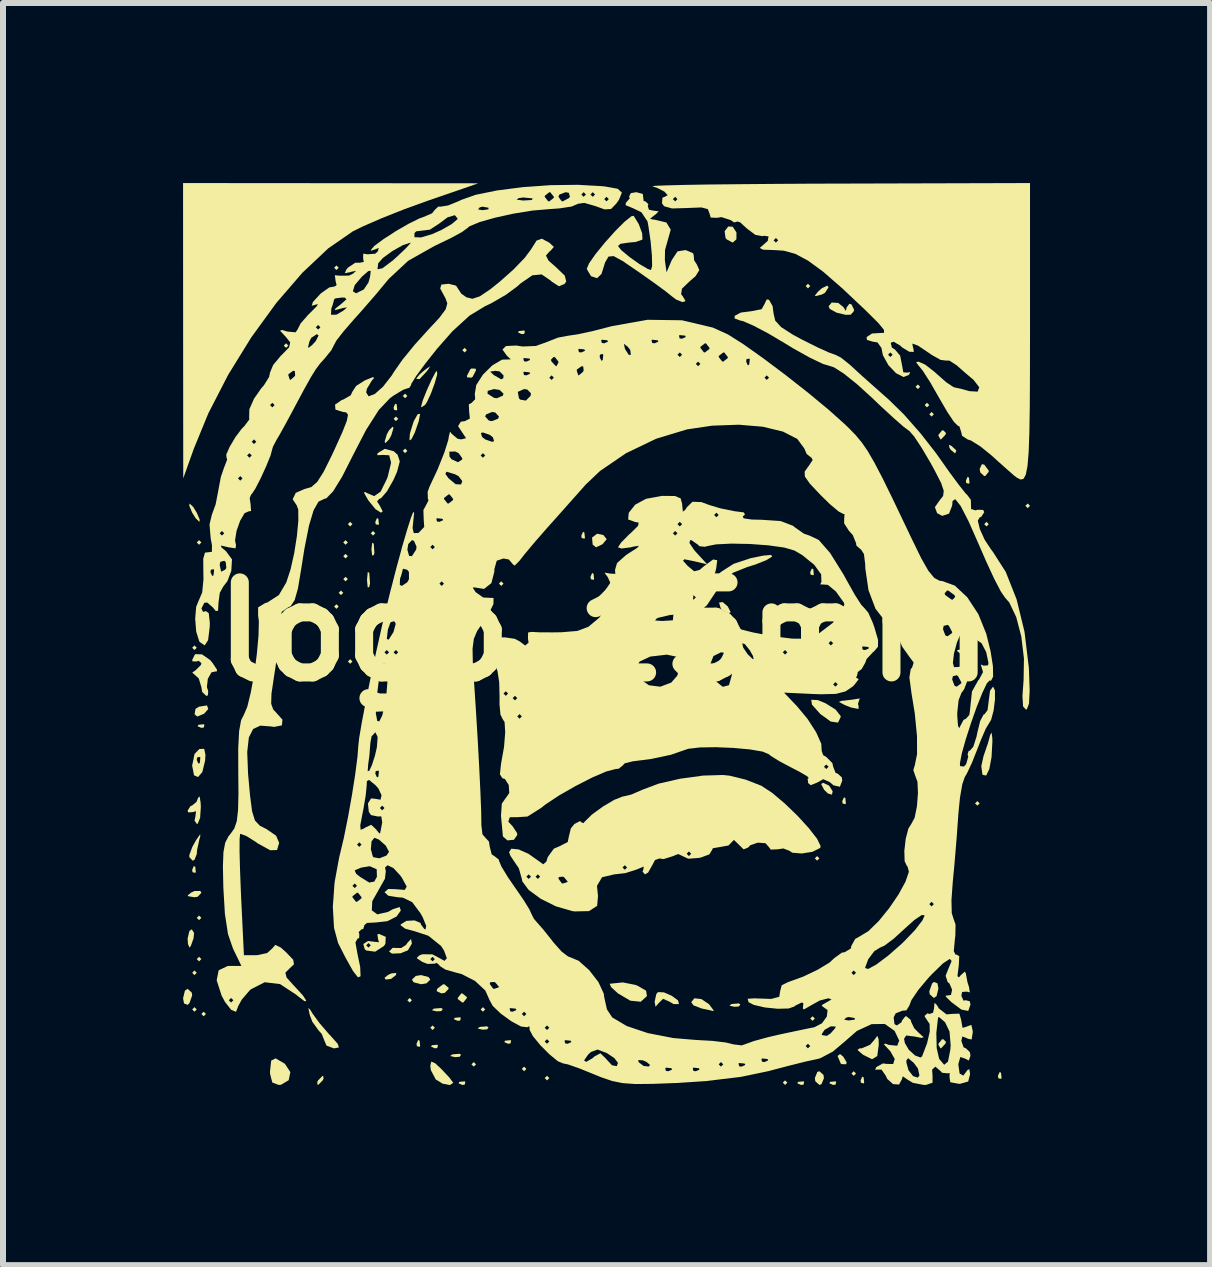
<source format=kicad_pcb>
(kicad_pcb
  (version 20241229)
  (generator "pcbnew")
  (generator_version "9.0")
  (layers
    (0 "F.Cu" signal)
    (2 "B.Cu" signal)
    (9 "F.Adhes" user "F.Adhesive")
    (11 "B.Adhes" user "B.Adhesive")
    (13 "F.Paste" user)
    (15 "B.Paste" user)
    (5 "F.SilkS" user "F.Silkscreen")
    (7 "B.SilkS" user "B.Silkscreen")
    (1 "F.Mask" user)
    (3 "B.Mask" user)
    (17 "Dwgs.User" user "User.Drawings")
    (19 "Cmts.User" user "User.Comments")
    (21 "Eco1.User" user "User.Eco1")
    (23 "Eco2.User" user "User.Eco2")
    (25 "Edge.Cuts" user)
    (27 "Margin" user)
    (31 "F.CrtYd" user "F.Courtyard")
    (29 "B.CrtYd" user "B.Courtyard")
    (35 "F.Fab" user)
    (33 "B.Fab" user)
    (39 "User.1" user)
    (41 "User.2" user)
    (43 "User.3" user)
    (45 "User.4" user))
  (footprint "logo_15mm"
    (layer "F.Cu")
    (at 7.017 7.475)
    (property "Reference" "logo_15mm" (at 0 0 0) (layer "F.SilkS") (effects (font (size 1.5 1.5) (thickness 0.3))))
    (attr board_only exclude_from_pos_files exclude_from_bom)
    (fp_poly (pts (xy -6.789 0.267) (xy -6.827 0.305) (xy -6.865 0.267) (xy -6.827 0.229)) (stroke (width 0) (type solid)) (fill yes) (layer "F.SilkS"))
    (fp_poly (pts (xy -6.789 5.683) (xy -6.827 5.721) (xy -6.865 5.683) (xy -6.827 5.644)) (stroke (width 0) (type solid)) (fill yes) (layer "F.SilkS"))
    (fp_poly (pts (xy -6.789 6.293) (xy -6.827 6.331) (xy -6.865 6.293) (xy -6.827 6.255)) (stroke (width 0) (type solid)) (fill yes) (layer "F.SilkS"))
    (fp_poly (pts (xy -6.712 -1.487) (xy -6.75 -1.449) (xy -6.789 -1.487) (xy -6.75 -1.526)) (stroke (width 0) (type solid)) (fill yes) (layer "F.SilkS"))
    (fp_poly (pts (xy -6.712 4.767) (xy -6.75 4.805) (xy -6.789 4.767) (xy -6.75 4.729)) (stroke (width 0) (type solid)) (fill yes) (layer "F.SilkS"))
    (fp_poly (pts (xy -6.712 5.454) (xy -6.75 5.492) (xy -6.789 5.454) (xy -6.75 5.416)) (stroke (width 0) (type solid)) (fill yes) (layer "F.SilkS"))
    (fp_poly (pts (xy -6.636 6.369) (xy -6.674 6.407) (xy -6.712 6.369) (xy -6.674 6.331)) (stroke (width 0) (type solid)) (fill yes) (layer "F.SilkS"))
    (fp_poly (pts (xy -5.263 -4.767) (xy -5.301 -4.729) (xy -5.339 -4.767) (xy -5.301 -4.805)) (stroke (width 0) (type solid)) (fill yes) (layer "F.SilkS"))
    (fp_poly (pts (xy -4.5 0.267) (xy -4.538 0.305) (xy -4.577 0.267) (xy -4.538 0.229)) (stroke (width 0) (type solid)) (fill yes) (layer "F.SilkS"))
    (fp_poly (pts (xy -4.424 -6.064) (xy -4.462 -6.026) (xy -4.5 -6.064) (xy -4.462 -6.102)) (stroke (width 0) (type solid)) (fill yes) (layer "F.SilkS"))
    (fp_poly (pts (xy -4.424 -0.42) (xy -4.462 -0.381) (xy -4.5 -0.42) (xy -4.462 -0.458)) (stroke (width 0) (type solid)) (fill yes) (layer "F.SilkS"))
    (fp_poly (pts (xy -4.348 -0.648) (xy -4.386 -0.61) (xy -4.424 -0.648) (xy -4.386 -0.686)) (stroke (width 0) (type solid)) (fill yes) (layer "F.SilkS"))
    (fp_poly (pts (xy -4.271 -1.487) (xy -4.31 -1.449) (xy -4.348 -1.487) (xy -4.31 -1.526)) (stroke (width 0) (type solid)) (fill yes) (layer "F.SilkS"))
    (fp_poly (pts (xy -4.271 -1.259) (xy -4.31 -1.22) (xy -4.348 -1.259) (xy -4.31 -1.297)) (stroke (width 0) (type solid)) (fill yes) (layer "F.SilkS"))
    (fp_poly (pts (xy -4.271 -0.877) (xy -4.31 -0.839) (xy -4.348 -0.877) (xy -4.31 -0.915)) (stroke (width 0) (type solid)) (fill yes) (layer "F.SilkS"))
    (fp_poly (pts (xy -4.195 -1.792) (xy -4.233 -1.754) (xy -4.271 -1.792) (xy -4.233 -1.831)) (stroke (width 0) (type solid)) (fill yes) (layer "F.SilkS"))
    (fp_poly (pts (xy -4.195 0.496) (xy -4.233 0.534) (xy -4.271 0.496) (xy -4.233 0.458)) (stroke (width 0) (type solid)) (fill yes) (layer "F.SilkS"))
    (fp_poly (pts (xy -3.966 -0.267) (xy -4.005 -0.229) (xy -4.043 -0.267) (xy -4.005 -0.305)) (stroke (width 0) (type solid)) (fill yes) (layer "F.SilkS"))
    (fp_poly (pts (xy -3.814 -1.64) (xy -3.852 -1.602) (xy -3.89 -1.64) (xy -3.852 -1.678)) (stroke (width 0) (type solid)) (fill yes) (layer "F.SilkS"))
    (fp_poly (pts (xy -3.432 -3.547) (xy -3.471 -3.509) (xy -3.509 -3.547) (xy -3.471 -3.585)) (stroke (width 0) (type solid)) (fill yes) (layer "F.SilkS"))
    (fp_poly (pts (xy -3.28 -3.928) (xy -3.318 -3.89) (xy -3.356 -3.928) (xy -3.318 -3.966)) (stroke (width 0) (type solid)) (fill yes) (layer "F.SilkS"))
    (fp_poly (pts (xy -3.28 -3.013) (xy -3.318 -2.975) (xy -3.356 -3.013) (xy -3.318 -3.051)) (stroke (width 0) (type solid)) (fill yes) (layer "F.SilkS"))
    (fp_poly (pts (xy -3.204 6.14) (xy -3.242 6.178) (xy -3.28 6.14) (xy -3.242 6.102)) (stroke (width 0) (type solid)) (fill yes) (layer "F.SilkS"))
    (fp_poly (pts (xy -2.822 6.598) (xy -2.86 6.636) (xy -2.898 6.598) (xy -2.86 6.56)) (stroke (width 0) (type solid)) (fill yes) (layer "F.SilkS"))
    (fp_poly (pts (xy -2.288 -4.691) (xy -2.326 -4.653) (xy -2.365 -4.691) (xy -2.326 -4.729)) (stroke (width 0) (type solid)) (fill yes) (layer "F.SilkS"))
    (fp_poly (pts (xy -2.136 7.208) (xy -2.174 7.246) (xy -2.212 7.208) (xy -2.174 7.17)) (stroke (width 0) (type solid)) (fill yes) (layer "F.SilkS"))
    (fp_poly (pts (xy -1.983 6.293) (xy -2.021 6.331) (xy -2.059 6.293) (xy -2.021 6.255)) (stroke (width 0) (type solid)) (fill yes) (layer "F.SilkS"))
    (fp_poly (pts (xy -1.678 -0.801) (xy -1.716 -0.763) (xy -1.754 -0.801) (xy -1.716 -0.839)) (stroke (width 0) (type solid)) (fill yes) (layer "F.SilkS"))
    (fp_poly (pts (xy -1.297 7.284) (xy -1.335 7.323) (xy -1.373 7.284) (xy -1.335 7.246)) (stroke (width 0) (type solid)) (fill yes) (layer "F.SilkS"))
    (fp_poly (pts (xy -0.915 7.437) (xy -0.953 7.475) (xy -0.992 7.437) (xy -0.953 7.399)) (stroke (width 0) (type solid)) (fill yes) (layer "F.SilkS"))
    (fp_poly (pts (xy 3.051 7.513) (xy 3.013 7.551) (xy 2.975 7.513) (xy 3.013 7.475)) (stroke (width 0) (type solid)) (fill yes) (layer "F.SilkS"))
    (fp_poly (pts (xy 3.432 -5.759) (xy 3.394 -5.721) (xy 3.356 -5.759) (xy 3.394 -5.797)) (stroke (width 0) (type solid)) (fill yes) (layer "F.SilkS"))
    (fp_poly (pts (xy 3.509 6.445) (xy 3.471 6.483) (xy 3.432 6.445) (xy 3.471 6.407)) (stroke (width 0) (type solid)) (fill yes) (layer "F.SilkS"))
    (fp_poly (pts (xy 3.585 3.776) (xy 3.547 3.814) (xy 3.509 3.776) (xy 3.547 3.738)) (stroke (width 0) (type solid)) (fill yes) (layer "F.SilkS"))
    (fp_poly (pts (xy 4.195 7.361) (xy 4.157 7.399) (xy 4.119 7.361) (xy 4.157 7.323)) (stroke (width 0) (type solid)) (fill yes) (layer "F.SilkS"))
    (fp_poly (pts (xy 5.263 -4.081) (xy 5.225 -4.043) (xy 5.187 -4.081) (xy 5.225 -4.119)) (stroke (width 0) (type solid)) (fill yes) (layer "F.SilkS"))
    (fp_poly (pts (xy 5.416 -3.776) (xy 5.377 -3.738) (xy 5.339 -3.776) (xy 5.377 -3.814)) (stroke (width 0) (type solid)) (fill yes) (layer "F.SilkS"))
    (fp_poly (pts (xy 5.492 -3.623) (xy 5.454 -3.585) (xy 5.416 -3.623) (xy 5.454 -3.661)) (stroke (width 0) (type solid)) (fill yes) (layer "F.SilkS"))
    (fp_poly (pts (xy 6.255 2.86) (xy 6.217 2.898) (xy 6.178 2.86) (xy 6.217 2.822)) (stroke (width 0) (type solid)) (fill yes) (layer "F.SilkS"))
    (fp_poly (pts (xy 6.407 -1.792) (xy 6.369 -1.754) (xy 6.331 -1.792) (xy 6.369 -1.831)) (stroke (width 0) (type solid)) (fill yes) (layer "F.SilkS"))
    (fp_poly (pts (xy 7.094 -2.098) (xy 7.056 -2.059) (xy 7.017 -2.098) (xy 7.056 -2.136)) (stroke (width 0) (type solid)) (fill yes) (layer "F.SilkS"))
    (fp_poly (pts (xy -6.814 3.916) (xy -6.805 4.006) (xy -6.814 4.017) (xy -6.859 4.007) (xy -6.865 3.966) (xy -6.837 3.904)) (stroke (width 0) (type solid)) (fill yes) (layer "F.SilkS"))
    (fp_poly (pts (xy -6.661 1.551) (xy -6.672 1.596) (xy -6.712 1.602) (xy -6.775 1.574) (xy -6.763 1.551) (xy -6.673 1.542)) (stroke (width 0) (type solid)) (fill yes) (layer "F.SilkS"))
    (fp_poly (pts (xy -3.84 -1.468) (xy -3.829 -1.312) (xy -3.84 -1.278) (xy -3.867 -1.268) (xy -3.878 -1.373) (xy -3.866 -1.481)) (stroke (width 0) (type solid)) (fill yes) (layer "F.SilkS"))
    (fp_poly (pts (xy -3.763 -1.881) (xy -3.754 -1.791) (xy -3.763 -1.78) (xy -3.808 -1.79) (xy -3.814 -1.831) (xy -3.786 -1.893)) (stroke (width 0) (type solid)) (fill yes) (layer "F.SilkS"))
    (fp_poly (pts (xy -3.458 -3.788) (xy -3.449 -3.698) (xy -3.458 -3.687) (xy -3.503 -3.697) (xy -3.509 -3.738) (xy -3.481 -3.8)) (stroke (width 0) (type solid)) (fill yes) (layer "F.SilkS"))
    (fp_poly (pts (xy -3.076 6.814) (xy -3.067 6.905) (xy -3.076 6.916) (xy -3.122 6.905) (xy -3.127 6.865) (xy -3.099 6.802)) (stroke (width 0) (type solid)) (fill yes) (layer "F.SilkS"))
    (fp_poly (pts (xy -2.771 6.89) (xy -2.782 6.936) (xy -2.822 6.941) (xy -2.885 6.913) (xy -2.873 6.89) (xy -2.783 6.881)) (stroke (width 0) (type solid)) (fill yes) (layer "F.SilkS"))
    (fp_poly (pts (xy -2.69 6.285) (xy -2.713 6.32) (xy -2.79 6.325) (xy -2.872 6.306) (xy -2.837 6.279) (xy -2.717 6.27)) (stroke (width 0) (type solid)) (fill yes) (layer "F.SilkS"))
    (fp_poly (pts (xy -2.39 6.433) (xy -2.4 6.478) (xy -2.441 6.483) (xy -2.504 6.456) (xy -2.492 6.433) (xy -2.401 6.424)) (stroke (width 0) (type solid)) (fill yes) (layer "F.SilkS"))
    (fp_poly (pts (xy -2.385 7.048) (xy -2.408 7.082) (xy -2.485 7.088) (xy -2.567 7.069) (xy -2.531 7.042) (xy -2.412 7.032)) (stroke (width 0) (type solid)) (fill yes) (layer "F.SilkS"))
    (fp_poly (pts (xy -2.314 7.5) (xy -2.324 7.546) (xy -2.365 7.551) (xy -2.427 7.523) (xy -2.415 7.5) (xy -2.325 7.491)) (stroke (width 0) (type solid)) (fill yes) (layer "F.SilkS"))
    (fp_poly (pts (xy -1.928 6.59) (xy -1.95 6.625) (xy -2.028 6.63) (xy -2.109 6.611) (xy -2.074 6.584) (xy -1.955 6.575)) (stroke (width 0) (type solid)) (fill yes) (layer "F.SilkS"))
    (fp_poly (pts (xy -1.551 6.814) (xy -1.561 6.859) (xy -1.602 6.865) (xy -1.665 6.837) (xy -1.653 6.814) (xy -1.562 6.805)) (stroke (width 0) (type solid)) (fill yes) (layer "F.SilkS"))
    (fp_poly (pts (xy -1.322 -5.009) (xy -1.333 -4.963) (xy -1.373 -4.958) (xy -1.436 -4.986) (xy -1.424 -5.009) (xy -1.333 -5.018)) (stroke (width 0) (type solid)) (fill yes) (layer "F.SilkS"))
    (fp_poly (pts (xy -0.331 -1.653) (xy -0.321 -1.562) (xy -0.331 -1.551) (xy -0.376 -1.561) (xy -0.381 -1.602) (xy -0.353 -1.665)) (stroke (width 0) (type solid)) (fill yes) (layer "F.SilkS"))
    (fp_poly (pts (xy -0.178 -0.966) (xy -0.169 -0.876) (xy -0.178 -0.864) (xy -0.223 -0.875) (xy -0.229 -0.915) (xy -0.201 -0.978)) (stroke (width 0) (type solid)) (fill yes) (layer "F.SilkS"))
    (fp_poly (pts (xy 2.268 6.209) (xy 2.245 6.243) (xy 2.168 6.249) (xy 2.086 6.23) (xy 2.121 6.203) (xy 2.241 6.193)) (stroke (width 0) (type solid)) (fill yes) (layer "F.SilkS"))
    (fp_poly (pts (xy 3.331 7.5) (xy 3.32 7.546) (xy 3.28 7.551) (xy 3.217 7.523) (xy 3.229 7.5) (xy 3.32 7.491)) (stroke (width 0) (type solid)) (fill yes) (layer "F.SilkS"))
    (fp_poly (pts (xy 3.483 -1.042) (xy 3.492 -0.952) (xy 3.483 -0.941) (xy 3.438 -0.951) (xy 3.432 -0.992) (xy 3.46 -1.054)) (stroke (width 0) (type solid)) (fill yes) (layer "F.SilkS"))
    (fp_poly (pts (xy 3.865 7.5) (xy 3.854 7.546) (xy 3.814 7.551) (xy 3.751 7.523) (xy 3.763 7.5) (xy 3.853 7.491)) (stroke (width 0) (type solid)) (fill yes) (layer "F.SilkS"))
    (fp_poly (pts (xy 4.017 2.771) (xy 4.026 2.862) (xy 4.017 2.873) (xy 3.972 2.863) (xy 3.966 2.822) (xy 3.994 2.759)) (stroke (width 0) (type solid)) (fill yes) (layer "F.SilkS"))
    (fp_poly (pts (xy 4.322 7.424) (xy 4.331 7.515) (xy 4.322 7.526) (xy 4.277 7.515) (xy 4.271 7.475) (xy 4.299 7.412)) (stroke (width 0) (type solid)) (fill yes) (layer "F.SilkS"))
    (fp_poly (pts (xy 6.077 -2.568) (xy 6.086 -2.477) (xy 6.077 -2.466) (xy 6.031 -2.477) (xy 6.026 -2.517) (xy 6.054 -2.58)) (stroke (width 0) (type solid)) (fill yes) (layer "F.SilkS"))
    (fp_poly (pts (xy 6.611 7.348) (xy 6.62 7.438) (xy 6.611 7.45) (xy 6.565 7.439) (xy 6.56 7.399) (xy 6.588 7.336)) (stroke (width 0) (type solid)) (fill yes) (layer "F.SilkS"))
    (fp_poly (pts (xy -6.597 1.287) (xy -6.666 1.366) (xy -6.78 1.413) (xy -6.825 1.376) (xy -6.81 1.286) (xy -6.752 1.249) (xy -6.618 1.228)) (stroke (width 0) (type solid)) (fill yes) (layer "F.SilkS"))
    (fp_poly (pts (xy -3.471 5.722) (xy -3.553 5.785) (xy -3.64 5.795) (xy -3.661 5.767) (xy -3.601 5.718) (xy -3.543 5.692) (xy -3.464 5.686)) (stroke (width 0) (type solid)) (fill yes) (layer "F.SilkS"))
    (fp_poly (pts (xy -0.015 -1.611) (xy 0.041 -1.542) (xy -0.028 -1.458) (xy -0.137 -1.406) (xy -0.193 -1.452) (xy -0.203 -1.569) (xy -0.118 -1.633)) (stroke (width 0) (type solid)) (fill yes) (layer "F.SilkS"))
    (fp_poly (pts (xy 2.058 -0.421) (xy 2.107 -0.325) (xy 2.073 -0.305) (xy 1.962 -0.361) (xy 1.942 -0.386) (xy 1.913 -0.486) (xy 1.973 -0.494)) (stroke (width 0) (type solid)) (fill yes) (layer "F.SilkS"))
    (fp_poly (pts (xy 3.747 2.565) (xy 3.806 2.659) (xy 3.794 2.715) (xy 3.725 2.694) (xy 3.663 2.633) (xy 3.614 2.537) (xy 3.647 2.517)) (stroke (width 0) (type solid)) (fill yes) (layer "F.SilkS"))
    (fp_poly (pts (xy 5.785 -3.096) (xy 5.867 -3.02) (xy 5.85 -2.976) (xy 5.84 -2.975) (xy 5.775 -3.029) (xy 5.752 -3.063) (xy 5.743 -3.115)) (stroke (width 0) (type solid)) (fill yes) (layer "F.SilkS"))
    (fp_poly (pts (xy -6.873 6.011) (xy -6.865 6.059) (xy -6.911 6.189) (xy -6.941 6.217) (xy -7.001 6.193) (xy -7.017 6.107) (xy -6.986 5.98) (xy -6.941 5.95)) (stroke (width 0) (type solid)) (fill yes) (layer "F.SilkS"))
    (fp_poly (pts (xy -6.847 -2.077) (xy -6.789 -1.983) (xy -6.739 -1.865) (xy -6.745 -1.831) (xy -6.806 -1.889) (xy -6.865 -1.983) (xy -6.914 -2.101) (xy -6.908 -2.136)) (stroke (width 0) (type solid)) (fill yes) (layer "F.SilkS"))
    (fp_poly (pts (xy -6.833 5.019) (xy -6.843 5.111) (xy -6.887 5.234) (xy -6.912 5.263) (xy -6.936 5.199) (xy -6.941 5.111) (xy -6.912 4.987) (xy -6.872 4.958)) (stroke (width 0) (type solid)) (fill yes) (layer "F.SilkS"))
    (fp_poly (pts (xy -6.712 4.35) (xy -6.774 4.416) (xy -6.827 4.424) (xy -6.928 4.408) (xy -6.941 4.394) (xy -6.881 4.345) (xy -6.827 4.32) (xy -6.729 4.319)) (stroke (width 0) (type solid)) (fill yes) (layer "F.SilkS"))
    (fp_poly (pts (xy -4.677 7.448) (xy -4.691 7.475) (xy -4.763 7.548) (xy -4.776 7.551) (xy -4.781 7.502) (xy -4.767 7.475) (xy -4.695 7.402) (xy -4.682 7.399)) (stroke (width 0) (type solid)) (fill yes) (layer "F.SilkS"))
    (fp_poly (pts (xy -3.917 -0.984) (xy -3.914 -0.971) (xy -3.902 -0.805) (xy -3.916 -0.742) (xy -3.941 -0.74) (xy -3.952 -0.859) (xy -3.951 -0.877) (xy -3.94 -0.995)) (stroke (width 0) (type solid)) (fill yes) (layer "F.SilkS"))
    (fp_poly (pts (xy -3.511 -3.394) (xy -3.549 -3.269) (xy -3.585 -3.204) (xy -3.645 -3.143) (xy -3.659 -3.165) (xy -3.621 -3.291) (xy -3.585 -3.356) (xy -3.525 -3.417)) (stroke (width 0) (type solid)) (fill yes) (layer "F.SilkS"))
    (fp_poly (pts (xy -2.927 5.753) (xy -2.898 5.797) (xy -2.962 5.859) (xy -3.051 5.873) (xy -3.175 5.841) (xy -3.204 5.797) (xy -3.14 5.735) (xy -3.051 5.721)) (stroke (width 0) (type solid)) (fill yes) (layer "F.SilkS"))
    (fp_poly (pts (xy -2.922 -4.384) (xy -2.965 -4.329) (xy -3.076 -4.21) (xy -3.126 -4.211) (xy -3.127 -4.224) (xy -3.075 -4.288) (xy -2.994 -4.357) (xy -2.903 -4.423)) (stroke (width 0) (type solid)) (fill yes) (layer "F.SilkS"))
    (fp_poly (pts (xy -2.595 5.931) (xy -2.593 5.95) (xy -2.655 6.016) (xy -2.712 6.026) (xy -2.791 5.989) (xy -2.784 5.95) (xy -2.687 5.876) (xy -2.665 5.873)) (stroke (width 0) (type solid)) (fill yes) (layer "F.SilkS"))
    (fp_poly (pts (xy -2.291 6.084) (xy -2.288 6.102) (xy -2.346 6.176) (xy -2.365 6.178) (xy -2.439 6.12) (xy -2.441 6.102) (xy -2.383 6.028) (xy -2.365 6.026)) (stroke (width 0) (type solid)) (fill yes) (layer "F.SilkS"))
    (fp_poly (pts (xy -2.142 -4.382) (xy -2.136 -4.357) (xy -2.191 -4.249) (xy -2.212 -4.233) (xy -2.282 -4.237) (xy -2.288 -4.262) (xy -2.233 -4.37) (xy -2.212 -4.386)) (stroke (width 0) (type solid)) (fill yes) (layer "F.SilkS"))
    (fp_poly (pts (xy 2.141 -6.747) (xy 2.203 -6.653) (xy 2.202 -6.538) (xy 2.14 -6.483) (xy 2.037 -6.539) (xy 2.021 -6.56) (xy 2.006 -6.673) (xy 2.067 -6.752)) (stroke (width 0) (type solid)) (fill yes) (layer "F.SilkS"))
    (fp_poly (pts (xy 3.653 7.384) (xy 3.661 7.437) (xy 3.62 7.538) (xy 3.585 7.551) (xy 3.517 7.49) (xy 3.509 7.437) (xy 3.55 7.335) (xy 3.585 7.323)) (stroke (width 0) (type solid)) (fill yes) (layer "F.SilkS"))
    (fp_poly (pts (xy 3.738 -5.738) (xy 3.677 -5.646) (xy 3.623 -5.617) (xy 3.524 -5.592) (xy 3.509 -5.599) (xy 3.559 -5.663) (xy 3.623 -5.721) (xy 3.716 -5.767)) (stroke (width 0) (type solid)) (fill yes) (layer "F.SilkS"))
    (fp_poly (pts (xy 3.98 7.077) (xy 4.039 7.174) (xy 4.031 7.207) (xy 3.952 7.204) (xy 3.941 7.195) (xy 3.891 7.078) (xy 3.89 7.066) (xy 3.929 7.037)) (stroke (width 0) (type solid)) (fill yes) (layer "F.SilkS"))
    (fp_poly (pts (xy 5.552 5.858) (xy 5.568 5.945) (xy 5.537 6.071) (xy 5.492 6.102) (xy 5.423 6.041) (xy 5.416 5.992) (xy 5.462 5.862) (xy 5.492 5.835)) (stroke (width 0) (type solid)) (fill yes) (layer "F.SilkS"))
    (fp_poly (pts (xy 5.695 -3.309) (xy 5.683 -3.28) (xy 5.614 -3.207) (xy 5.602 -3.204) (xy 5.569 -3.263) (xy 5.568 -3.28) (xy 5.627 -3.353) (xy 5.649 -3.356)) (stroke (width 0) (type solid)) (fill yes) (layer "F.SilkS"))
    (fp_poly (pts (xy 5.695 6.835) (xy 5.683 6.865) (xy 5.614 6.938) (xy 5.602 6.941) (xy 5.569 6.882) (xy 5.568 6.865) (xy 5.627 6.792) (xy 5.649 6.789)) (stroke (width 0) (type solid)) (fill yes) (layer "F.SilkS"))
    (fp_poly (pts (xy 6.331 -2.784) (xy 6.404 -2.687) (xy 6.407 -2.665) (xy 6.349 -2.595) (xy 6.331 -2.593) (xy 6.264 -2.655) (xy 6.255 -2.712) (xy 6.292 -2.791)) (stroke (width 0) (type solid)) (fill yes) (layer "F.SilkS"))
    (fp_poly (pts (xy -3.09 -3.509) (xy -3.156 -3.318) (xy -3.213 -3.205) (xy -3.245 -3.188) (xy -3.239 -3.289) (xy -3.233 -3.318) (xy -3.174 -3.506) (xy -3.109 -3.623) (xy -3.067 -3.631)) (stroke (width 0) (type solid)) (fill yes) (layer "F.SilkS"))
    (fp_poly (pts (xy -3.205 5.197) (xy -3.271 5.308) (xy -3.394 5.358) (xy -3.536 5.363) (xy -3.585 5.329) (xy -3.526 5.267) (xy -3.384 5.27) (xy -3.306 5.221) (xy -3.271 5.174) (xy -3.218 5.12)) (stroke (width 0) (type solid)) (fill yes) (layer "F.SilkS"))
    (fp_poly (pts (xy 1.62 6.121) (xy 1.744 6.205) (xy 1.754 6.217) (xy 1.82 6.305) (xy 1.821 6.321) (xy 1.732 6.3) (xy 1.621 6.277) (xy 1.487 6.225) (xy 1.449 6.173) (xy 1.502 6.107)) (stroke (width 0) (type solid)) (fill yes) (layer "F.SilkS"))
    (fp_poly (pts (xy 3.558 1.139) (xy 3.687 1.192) (xy 3.854 1.297) (xy 3.938 1.403) (xy 3.941 1.419) (xy 3.895 1.514) (xy 3.774 1.497) (xy 3.599 1.37) (xy 3.461 1.215) (xy 3.449 1.134)) (stroke (width 0) (type solid)) (fill yes) (layer "F.SilkS"))
    (fp_poly (pts (xy -6.73 3.408) (xy -6.745 3.458) (xy -6.783 3.634) (xy -6.789 3.706) (xy -6.828 3.803) (xy -6.858 3.814) (xy -6.913 3.755) (xy -6.912 3.718) (xy -6.861 3.582) (xy -6.799 3.471) (xy -6.732 3.375)) (stroke (width 0) (type solid)) (fill yes) (layer "F.SilkS"))
    (fp_poly (pts (xy -5.326 7.195) (xy -5.319 7.201) (xy -5.229 7.337) (xy -5.257 7.472) (xy -5.385 7.548) (xy -5.424 7.551) (xy -5.53 7.511) (xy -5.567 7.368) (xy -5.568 7.323) (xy -5.549 7.146) (xy -5.476 7.108)) (stroke (width 0) (type solid)) (fill yes) (layer "F.SilkS"))
    (fp_poly (pts (xy 0.513 5.883) (xy 0.548 5.894) (xy 0.697 5.98) (xy 0.712 6.07) (xy 0.608 6.165) (xy 0.434 6.147) (xy 0.229 6.026) (xy 0.115 5.922) (xy 0.091 5.867) (xy 0.095 5.865) (xy 0.31 5.843)) (stroke (width 0) (type solid)) (fill yes) (layer "F.SilkS"))
    (fp_poly (pts (xy 4.571 6.787) (xy 4.574 6.879) (xy 4.549 7.07) (xy 4.462 7.123) (xy 4.313 7.049) (xy 4.219 6.969) (xy 4.25 6.943) (xy 4.291 6.941) (xy 4.43 6.881) (xy 4.494 6.808) (xy 4.55 6.733)) (stroke (width 0) (type solid)) (fill yes) (layer "F.SilkS"))
    (fp_poly (pts (xy -2.816 7.19) (xy -2.708 7.291) (xy -2.581 7.427) (xy -2.519 7.511) (xy -2.517 7.517) (xy -2.572 7.553) (xy -2.692 7.53) (xy -2.806 7.46) (xy -2.807 7.46) (xy -2.888 7.306) (xy -2.898 7.234) (xy -2.882 7.162)) (stroke (width 0) (type solid)) (fill yes) (layer "F.SilkS"))
    (fp_poly (pts (xy -2.783 -4.287) (xy -2.823 -4.144) (xy -2.886 -3.972) (xy -2.953 -3.827) (xy -2.985 -3.779) (xy -3.045 -3.739) (xy -3.051 -3.751) (xy -3.024 -3.852) (xy -2.958 -4.018) (xy -2.879 -4.193) (xy -2.813 -4.319) (xy -2.787 -4.348)) (stroke (width 0) (type solid)) (fill yes) (layer "F.SilkS"))
    (fp_poly (pts (xy 4.252 1.125) (xy 4.227 1.206) (xy 4.237 1.227) (xy 4.237 1.287) (xy 4.11 1.262) (xy 4.005 1.22) (xy 3.91 1.17) (xy 3.954 1.151) (xy 3.979 1.15) (xy 4.155 1.129) (xy 4.208 1.119) (xy 4.267 1.113)) (stroke (width 0) (type solid)) (fill yes) (layer "F.SilkS"))
    (fp_poly (pts (xy 6.466 1.777) (xy 6.467 1.831) (xy 6.453 2.089) (xy 6.416 2.288) (xy 6.363 2.396) (xy 6.306 2.385) (xy 6.301 2.378) (xy 6.282 2.24) (xy 6.319 2.074) (xy 6.391 1.864) (xy 6.432 1.716) (xy 6.454 1.68)) (stroke (width 0) (type solid)) (fill yes) (layer "F.SilkS"))
    (fp_poly (pts (xy 0.995 6.009) (xy 1.125 6.066) (xy 1.229 6.142) (xy 1.246 6.204) (xy 1.155 6.204) (xy 1.088 6.164) (xy 0.981 6.116) (xy 0.911 6.183) (xy 0.855 6.248) (xy 0.84 6.168) (xy 0.84 6.164) (xy 0.868 6.036) (xy 0.896 6.004)) (stroke (width 0) (type solid)) (fill yes) (layer "F.SilkS"))
    (fp_poly (pts (xy 3.899 -5.478) (xy 3.987 -5.407) (xy 3.992 -5.397) (xy 4.027 -5.344) (xy 4.037 -5.401) (xy 4.085 -5.464) (xy 4.12 -5.453) (xy 4.164 -5.362) (xy 4.154 -5.334) (xy 4.106 -5.282) (xy 4.02 -5.28) (xy 3.871 -5.316) (xy 3.758 -5.378) (xy 3.738 -5.421) (xy 3.79 -5.485)) (stroke (width 0) (type solid)) (fill yes) (layer "F.SilkS"))
    (fp_poly (pts (xy -6.724 2.851) (xy -6.721 2.918) (xy -6.733 3.101) (xy -6.773 3.199) (xy -6.786 3.204) (xy -6.826 3.147) (xy -6.811 3.077) (xy -6.801 2.991) (xy -6.852 3.005) (xy -6.931 3.01) (xy -6.941 2.979) (xy -6.89 2.902) (xy -6.87 2.898) (xy -6.794 2.836) (xy -6.765 2.765) (xy -6.741 2.744)) (stroke (width 0) (type solid)) (fill yes) (layer "F.SilkS"))
    (fp_poly (pts (xy -4.901 6.294) (xy -4.857 6.366) (xy -4.743 6.522) (xy -4.585 6.706) (xy -4.563 6.728) (xy -4.441 6.865) (xy -4.42 6.926) (xy -4.495 6.941) (xy -4.506 6.941) (xy -4.627 6.896) (xy -4.653 6.836) (xy -4.707 6.7) (xy -4.759 6.643) (xy -4.863 6.499) (xy -4.906 6.386) (xy -4.93 6.269)) (stroke (width 0) (type solid)) (fill yes) (layer "F.SilkS"))
    (fp_poly (pts (xy -4.558 -7.473) (xy -2.098 -7.471) (xy -2.942 -7.18) (xy -3.326 -7.041) (xy -3.702 -6.892) (xy -4.019 -6.754) (xy -4.188 -6.671) (xy -4.598 -6.387) (xy -5.029 -5.981) (xy -5.463 -5.478) (xy -5.881 -4.903) (xy -6.265 -4.281) (xy -6.596 -3.638) (xy -6.837 -3.051) (xy -7.014 -2.555) (xy -7.016 -5.015) (xy -7.017 -7.475)) (stroke (width 0) (type solid)) (fill yes) (layer "F.SilkS"))
    (fp_poly (pts (xy -6.644 2.052) (xy -6.65 2.149) (xy -6.696 2.338) (xy -6.768 2.422) (xy -6.834 2.392) (xy -6.865 2.236) (xy -6.865 2.227) (xy -6.846 2.136) (xy -6.789 2.136) (xy -6.761 2.199) (xy -6.738 2.187) (xy -6.729 2.096) (xy -6.738 2.085) (xy -6.783 2.095) (xy -6.789 2.136) (xy -6.846 2.136) (xy -6.826 2.037) (xy -6.746 1.954) (xy -6.665 1.951)) (stroke (width 0) (type solid)) (fill yes) (layer "F.SilkS"))
    (fp_poly (pts (xy -3.64 5.084) (xy -3.646 5.2) (xy -3.671 5.237) (xy -3.817 5.331) (xy -3.964 5.311) (xy -3.99 5.291) (xy -4.008 5.225) (xy -3.966 5.225) (xy -3.928 5.263) (xy -3.89 5.225) (xy -3.928 5.187) (xy -3.966 5.225) (xy -4.008 5.225) (xy -4.014 5.203) (xy -3.936 5.153) (xy -3.837 5.165) (xy -3.753 5.174) (xy -3.768 5.123) (xy -3.779 5.044) (xy -3.755 5.034)) (stroke (width 0) (type solid)) (fill yes) (layer "F.SilkS"))
    (fp_poly (pts (xy -6.702 0.377) (xy -6.566 0.472) (xy -6.527 0.518) (xy -6.451 0.634) (xy -6.456 0.665) (xy -6.465 0.66) (xy -6.544 0.677) (xy -6.604 0.784) (xy -6.62 0.92) (xy -6.598 0.991) (xy -6.604 1.062) (xy -6.632 1.068) (xy -6.698 1.004) (xy -6.712 0.922) (xy -6.756 0.778) (xy -6.808 0.731) (xy -6.864 0.681) (xy -6.808 0.642) (xy -6.72 0.555) (xy -6.712 0.523) (xy -6.759 0.483) (xy -6.789 0.496) (xy -6.859 0.494) (xy -6.865 0.47) (xy -6.817 0.374)) (stroke (width 0) (type solid)) (fill yes) (layer "F.SilkS"))
    (fp_poly (pts (xy -3.507 -3.007) (xy -3.443 -2.949) (xy -3.406 -2.839) (xy -3.451 -2.666) (xy -3.511 -2.53) (xy -3.619 -2.34) (xy -3.716 -2.227) (xy -3.749 -2.212) (xy -3.785 -2.171) (xy -3.738 -2.098) (xy -3.691 -2.005) (xy -3.719 -1.983) (xy -3.81 -2.041) (xy -3.925 -2.182) (xy -3.933 -2.193) (xy -4.005 -2.319) (xy -3.98 -2.328) (xy -3.958 -2.312) (xy -3.833 -2.259) (xy -3.725 -2.334) (xy -3.62 -2.548) (xy -3.606 -2.586) (xy -3.551 -2.817) (xy -3.583 -2.94) (xy -3.702 -2.946) (xy -3.711 -2.943) (xy -3.783 -2.942) (xy -3.775 -2.976) (xy -3.657 -3.047)) (stroke (width 0) (type solid)) (fill yes) (layer "F.SilkS"))
    (fp_poly (pts (xy 0.642 -7.294) (xy 0.648 -7.246) (xy 0.657 -7.176) (xy 0.686 -7.17) (xy 0.736 -7.124) (xy 0.725 -7.094) (xy 0.745 -7.031) (xy 0.815 -7.016) (xy 0.907 -7.004) (xy 0.854 -6.951) (xy 0.839 -6.941) (xy 0.763 -6.881) (xy 0.82 -6.865) (xy 0.839 -6.865) (xy 1.036 -6.818) (xy 1.108 -6.699) (xy 1.071 -6.566) (xy 1.013 -6.361) (xy 1.01 -6.194) (xy 1.038 -5.988) (xy 1.125 -6.191) (xy 1.221 -6.337) (xy 1.35 -6.358) (xy 1.372 -6.353) (xy 1.481 -6.305) (xy 1.491 -6.271) (xy 1.498 -6.188) (xy 1.543 -6.119) (xy 1.584 -6.024) (xy 1.52 -5.922) (xy 1.427 -5.842) (xy 1.295 -5.715) (xy 1.281 -5.624) (xy 1.311 -5.584) (xy 1.355 -5.508) (xy 1.302 -5.492) (xy 1.197 -5.535) (xy 1.128 -5.587) (xy 1.017 -5.676) (xy 0.82 -5.82) (xy 0.578 -5.991) (xy 0.55 -6.01) (xy 0.306 -6.177) (xy 0.157 -6.258) (xy 0.071 -6.25) (xy 0.014 -6.152) (xy -0.045 -5.962) (xy -0.119 -5.89) (xy -0.22 -5.923) (xy -0.289 -6.04) (xy -0.291 -6.046) (xy -0.253 -6.137) (xy -0.143 -6.294) (xy 0.012 -6.484) (xy 0.182 -6.674) (xy 0.339 -6.831) (xy 0.453 -6.922) (xy 0.491 -6.929) (xy 0.575 -6.792) (xy 0.632 -6.638) (xy 0.637 -6.537) (xy 0.633 -6.532) (xy 0.526 -6.494) (xy 0.407 -6.483) (xy 0.27 -6.463) (xy 0.229 -6.426) (xy 0.286 -6.355) (xy 0.423 -6.242) (xy 0.586 -6.126) (xy 0.726 -6.044) (xy 0.779 -6.026) (xy 0.798 -6.094) (xy 0.794 -6.268) (xy 0.773 -6.503) (xy 0.736 -6.756) (xy 0.721 -6.837) (xy 0.619 -6.989) (xy 0.477 -7.057) (xy 0.358 -7.105) (xy 0.359 -7.146) (xy 0.363 -7.148) (xy 0.425 -7.22) (xy 0.415 -7.253) (xy 0.443 -7.307) (xy 0.534 -7.323)) (stroke (width 0) (type solid)) (fill yes) (layer "F.SilkS"))
    (fp_poly (pts (xy 2.746 -5.53) (xy 2.805 -5.425) (xy 2.822 -5.298) (xy 2.849 -5.183) (xy 2.947 -5.075) (xy 3.143 -4.949) (xy 3.299 -4.865) (xy 3.545 -4.742) (xy 3.741 -4.653) (xy 3.844 -4.616) (xy 3.846 -4.616) (xy 3.944 -4.567) (xy 4.092 -4.449) (xy 4.119 -4.424) (xy 4.28 -4.276) (xy 4.508 -4.073) (xy 4.745 -3.863) (xy 4.994 -3.619) (xy 5.27 -3.305) (xy 5.524 -2.98) (xy 5.574 -2.91) (xy 5.758 -2.649) (xy 5.915 -2.438) (xy 6.02 -2.306) (xy 6.047 -2.28) (xy 6.108 -2.198) (xy 6.109 -2.184) (xy 6.112 -2.044) (xy 6.187 -2.022) (xy 6.217 -2.032) (xy 6.314 -2.029) (xy 6.331 -1.991) (xy 6.279 -1.911) (xy 6.257 -1.907) (xy 6.224 -1.85) (xy 6.258 -1.71) (xy 6.339 -1.531) (xy 6.453 -1.359) (xy 6.473 -1.335) (xy 6.691 -0.994) (xy 6.871 -0.538) (xy 7.002 0.000396) (xy 7.073 0.587) (xy 7.076 0.629) (xy 7.088 0.982) (xy 7.077 1.198) (xy 7.042 1.291) (xy 7.025 1.297) (xy 6.978 1.243) (xy 6.968 1.069) (xy 6.987 0.805) (xy 6.993 0.446) (xy 6.949 0.081) (xy 6.864 -0.245) (xy 6.748 -0.488) (xy 6.677 -0.569) (xy 6.609 -0.668) (xy 6.5 -0.877) (xy 6.367 -1.163) (xy 6.251 -1.43) (xy 6.072 -1.836) (xy 5.938 -2.096) (xy 5.848 -2.209) (xy 5.803 -2.177) (xy 5.797 -2.102) (xy 5.745 -1.968) (xy 5.63 -1.93) (xy 5.546 -1.975) (xy 5.509 -2.076) (xy 5.587 -2.187) (xy 5.646 -2.262) (xy 5.657 -2.348) (xy 5.611 -2.482) (xy 5.5 -2.698) (xy 5.435 -2.816) (xy 5.29 -3.062) (xy 5.165 -3.251) (xy 5.083 -3.345) (xy 5.076 -3.349) (xy 4.99 -3.413) (xy 4.823 -3.559) (xy 4.603 -3.762) (xy 4.456 -3.902) (xy 4.21 -4.126) (xy 3.99 -4.302) (xy 3.826 -4.406) (xy 3.769 -4.424) (xy 3.641 -4.463) (xy 3.424 -4.567) (xy 3.153 -4.718) (xy 3.012 -4.804) (xy 2.73 -4.971) (xy 2.485 -5.1) (xy 2.312 -5.175) (xy 2.265 -5.185) (xy 2.172 -5.219) (xy 2.174 -5.263) (xy 2.277 -5.318) (xy 2.445 -5.339) (xy 2.622 -5.373) (xy 2.67 -5.458) (xy 2.707 -5.537)) (stroke (width 0) (type solid)) (fill yes) (layer "F.SilkS"))
    (fp_poly (pts (xy 2.086 2.398) (xy 2.355 2.464) (xy 2.607 2.562) (xy 2.62 2.568) (xy 2.8 2.686) (xy 3.008 2.862) (xy 3.22 3.066) (xy 3.408 3.272) (xy 3.546 3.449) (xy 3.605 3.571) (xy 3.599 3.602) (xy 3.469 3.667) (xy 3.29 3.695) (xy 3.134 3.682) (xy 3.081 3.648) (xy 2.983 3.611) (xy 2.892 3.625) (xy 2.774 3.63) (xy 2.746 3.59) (xy 2.687 3.524) (xy 2.559 3.514) (xy 2.433 3.558) (xy 2.396 3.597) (xy 2.322 3.626) (xy 2.239 3.544) (xy 2.161 3.469) (xy 2.136 3.494) (xy 2.07 3.562) (xy 1.941 3.585) (xy 1.811 3.607) (xy 1.787 3.652) (xy 1.751 3.71) (xy 1.607 3.763) (xy 1.582 3.768) (xy 1.4 3.782) (xy 1.311 3.741) (xy 1.31 3.74) (xy 1.233 3.704) (xy 1.136 3.742) (xy 0.99 3.788) (xy 0.919 3.778) (xy 0.846 3.804) (xy 0.801 3.889) (xy 0.731 4.013) (xy 0.677 4.043) (xy 0.638 3.995) (xy 0.653 3.959) (xy 0.658 3.913) (xy 0.553 3.956) (xy 0.548 3.959) (xy 0.353 4.022) (xy 0.166 4.043) (xy -0.037 4.091) (xy -0.121 4.234) (xy -0.104 4.403) (xy -0.118 4.567) (xy -0.254 4.655) (xy -0.497 4.66) (xy -0.54 4.653) (xy -0.806 4.575) (xy -1.059 4.449) (xy -1.259 4.302) (xy -1.365 4.159) (xy -1.373 4.118) (xy -1.383 4.081) (xy -1.297 4.081) (xy -1.259 4.119) (xy -1.22 4.081) (xy -1.144 4.081) (xy -1.106 4.119) (xy -1.102 4.114) (xy -0.763 4.114) (xy -0.707 4.192) (xy -0.686 4.195) (xy -0.612 4.169) (xy -0.61 4.162) (xy -0.664 4.096) (xy -0.686 4.081) (xy -0.757 4.087) (xy -0.763 4.114) (xy -1.102 4.114) (xy -1.068 4.081) (xy -1.106 4.043) (xy -1.144 4.081) (xy -1.22 4.081) (xy -1.259 4.043) (xy -1.297 4.081) (xy -1.383 4.081) (xy -1.423 3.941) (xy -1.431 3.928) (xy 0.305 3.928) (xy 0.343 3.966) (xy 0.381 3.928) (xy 0.343 3.89) (xy 0.305 3.928) (xy -1.431 3.928) (xy -1.468 3.875) (xy -1.563 3.733) (xy -1.585 3.673) (xy -1.548 3.615) (xy -1.427 3.627) (xy -1.264 3.699) (xy -1.122 3.799) (xy -1.016 3.875) (xy -0.964 3.83) (xy -0.942 3.757) (xy -0.901 3.699) (xy 1.373 3.699) (xy 1.411 3.738) (xy 1.449 3.699) (xy 1.411 3.661) (xy 1.373 3.699) (xy -0.901 3.699) (xy -0.84 3.615) (xy -0.736 3.57) (xy -0.608 3.504) (xy -0.592 3.424) (xy -0.556 3.276) (xy -0.497 3.204) (xy -0.404 3.155) (xy -0.38 3.175) (xy -0.348 3.19) (xy -0.323 3.162) (xy -0.205 3.046) (xy -0.022 2.913) (xy 0.167 2.801) (xy 0.306 2.746) (xy 0.317 2.745) (xy 0.454 2.712) (xy 0.633 2.634) (xy 0.907 2.531) (xy 1.266 2.449) (xy 1.645 2.397) (xy 1.977 2.387)) (stroke (width 0) (type solid)) (fill yes) (layer "F.SilkS"))
    (fp_poly (pts (xy 7.094 -5.009) (xy 7.093 -4.308) (xy 7.09 -3.747) (xy 7.083 -3.31) (xy 7.071 -2.986) (xy 7.052 -2.76) (xy 7.024 -2.618) (xy 6.987 -2.548) (xy 6.938 -2.535) (xy 6.876 -2.566) (xy 6.825 -2.605) (xy 6.729 -2.689) (xy 6.564 -2.836) (xy 6.454 -2.936) (xy 6.266 -3.088) (xy 6.111 -3.185) (xy 6.053 -3.204) (xy 5.961 -3.265) (xy 5.95 -3.318) (xy 5.918 -3.42) (xy 5.891 -3.432) (xy 5.828 -3.494) (xy 5.718 -3.658) (xy 5.584 -3.888) (xy 5.572 -3.909) (xy 5.432 -4.154) (xy 5.31 -4.344) (xy 5.233 -4.44) (xy 5.231 -4.442) (xy 5.195 -4.491) (xy 5.238 -4.499) (xy 5.346 -4.451) (xy 5.503 -4.329) (xy 5.545 -4.291) (xy 5.701 -4.154) (xy 5.819 -4.076) (xy 5.837 -4.07) (xy 5.964 -4.042) (xy 6.083 -4.008) (xy 6.222 -4) (xy 6.248 -4.073) (xy 6.153 -4.196) (xy 6.135 -4.211) (xy 5.979 -4.344) (xy 5.874 -4.437) (xy 5.752 -4.517) (xy 5.688 -4.518) (xy 5.604 -4.529) (xy 5.454 -4.613) (xy 5.418 -4.639) (xy 5.227 -4.767) (xy 5.133 -4.801) (xy 5.144 -4.737) (xy 5.149 -4.729) (xy 5.158 -4.661) (xy 5.082 -4.665) (xy 4.967 -4.734) (xy 4.93 -4.768) (xy 4.823 -4.832) (xy 4.773 -4.814) (xy 4.793 -4.733) (xy 4.844 -4.701) (xy 4.93 -4.6) (xy 4.958 -4.46) (xy 4.983 -4.322) (xy 5.046 -4.317) (xy 5.098 -4.326) (xy 5.077 -4.28) (xy 4.987 -4.243) (xy 4.861 -4.308) (xy 4.735 -4.44) (xy 4.643 -4.606) (xy 4.641 -4.615) (xy 4.729 -4.615) (xy 4.767 -4.577) (xy 4.805 -4.615) (xy 4.767 -4.653) (xy 4.729 -4.615) (xy 4.641 -4.615) (xy 4.618 -4.729) (xy 4.553 -4.82) (xy 4.477 -4.832) (xy 4.378 -4.861) (xy 4.371 -4.909) (xy 4.462 -4.969) (xy 4.585 -4.976) (xy 4.662 -4.98) (xy 4.661 -5.029) (xy 4.569 -5.141) (xy 4.376 -5.333) (xy 4.348 -5.361) (xy 3.956 -5.73) (xy 3.645 -6) (xy 3.395 -6.183) (xy 3.185 -6.295) (xy 2.994 -6.348) (xy 2.846 -6.358) (xy 2.646 -6.365) (xy 2.59 -6.394) (xy 2.624 -6.423) (xy 2.725 -6.512) (xy 2.726 -6.522) (xy 2.822 -6.522) (xy 2.86 -6.483) (xy 2.898 -6.522) (xy 2.86 -6.56) (xy 2.822 -6.522) (xy 2.726 -6.522) (xy 2.738 -6.586) (xy 2.66 -6.597) (xy 2.639 -6.59) (xy 2.517 -6.612) (xy 2.373 -6.721) (xy 2.372 -6.722) (xy 2.263 -6.822) (xy 2.212 -6.835) (xy 2.212 -6.832) (xy 2.166 -6.819) (xy 2.107 -6.857) (xy 1.953 -6.908) (xy 1.878 -6.896) (xy 1.774 -6.9) (xy 1.754 -6.969) (xy 1.726 -7.041) (xy 1.619 -7.069) (xy 1.397 -7.06) (xy 1.379 -7.059) (xy 1.13 -7.052) (xy 0.998 -7.089) (xy 0.962 -7.137) (xy 0.968 -7.208) (xy 1.144 -7.208) (xy 1.182 -7.17) (xy 1.22 -7.208) (xy 1.182 -7.246) (xy 1.144 -7.208) (xy 0.968 -7.208) (xy 0.97 -7.232) (xy 1.009 -7.246) (xy 1.057 -7.273) (xy 1.002 -7.333) (xy 0.879 -7.396) (xy 0.801 -7.421) (xy 0.842 -7.429) (xy 1.02 -7.436) (xy 1.322 -7.444) (xy 1.732 -7.451) (xy 2.235 -7.456) (xy 2.817 -7.461) (xy 3.464 -7.465) (xy 3.871 -7.466) (xy 7.094 -7.475)) (stroke (width 0) (type solid)) (fill yes) (layer "F.SilkS"))
    (fp_poly (pts (xy -0.915 -6.482) (xy -0.839 -6.411) (xy -0.9 -6.342) (xy -0.915 -6.332) (xy -0.971 -6.267) (xy -0.928 -6.183) (xy -0.801 -6.071) (xy -0.657 -5.932) (xy -0.633 -5.836) (xy -0.66 -5.795) (xy -0.754 -5.755) (xy -0.877 -5.835) (xy -0.893 -5.851) (xy -1.043 -5.953) (xy -1.198 -5.938) (xy -1.394 -5.803) (xy -1.449 -5.753) (xy -1.639 -5.613) (xy -1.889 -5.469) (xy -1.983 -5.425) (xy -2.245 -5.266) (xy -2.529 -5.006) (xy -2.784 -4.716) (xy -2.98 -4.469) (xy -3.13 -4.265) (xy -3.213 -4.133) (xy -3.223 -4.101) (xy -3.252 -4.058) (xy -3.261 -4.061) (xy -3.352 -4.03) (xy -3.511 -3.933) (xy -3.567 -3.893) (xy -3.755 -3.696) (xy -3.968 -3.362) (xy -4.176 -2.96) (xy -4.368 -2.581) (xy -4.517 -2.339) (xy -4.628 -2.224) (xy -4.667 -2.212) (xy -4.76 -2.168) (xy -4.842 -2.024) (xy -4.919 -1.768) (xy -4.995 -1.384) (xy -5.05 -1.038) (xy -5.103 -0.72) (xy -5.158 -0.526) (xy -5.223 -0.427) (xy -5.276 -0.4) (xy -5.372 -0.333) (xy -5.412 -0.174) (xy -5.416 -0.055) (xy -5.429 0.191) (xy -5.465 0.507) (xy -5.502 0.75) (xy -5.544 1.031) (xy -5.549 1.2) (xy -5.515 1.296) (xy -5.483 1.329) (xy -5.361 1.465) (xy -5.37 1.56) (xy -5.5 1.586) (xy -5.554 1.578) (xy -5.73 1.565) (xy -5.85 1.621) (xy -5.921 1.762) (xy -5.948 2.005) (xy -5.934 2.368) (xy -5.901 2.73) (xy -5.867 2.992) (xy -5.819 3.146) (xy -5.737 3.233) (xy -5.634 3.284) (xy -5.467 3.398) (xy -5.416 3.518) (xy -5.451 3.637) (xy -5.565 3.641) (xy -5.767 3.53) (xy -5.809 3.5) (xy -5.964 3.403) (xy -6.059 3.368) (xy -6.067 3.371) (xy -6.075 3.455) (xy -6.076 3.662) (xy -6.068 3.962) (xy -6.054 4.326) (xy -6.051 4.397) (xy -6.003 5.39) (xy -5.789 5.39) (xy -5.617 5.354) (xy -5.531 5.277) (xy -5.481 5.218) (xy -5.39 5.261) (xy -5.301 5.34) (xy -5.182 5.465) (xy -5.169 5.541) (xy -5.24 5.608) (xy -5.312 5.68) (xy -5.293 5.76) (xy -5.173 5.894) (xy -5.162 5.905) (xy -5.021 6.059) (xy -4.963 6.149) (xy -4.992 6.157) (xy -5.112 6.065) (xy -5.13 6.049) (xy -5.401 5.871) (xy -5.656 5.84) (xy -5.886 5.957) (xy -5.913 5.982) (xy -6.04 6.131) (xy -6.101 6.243) (xy -6.102 6.251) (xy -6.135 6.333) (xy -6.216 6.299) (xy -6.32 6.166) (xy -6.333 6.14) (xy -6.255 6.14) (xy -6.217 6.178) (xy -6.178 6.14) (xy -6.217 6.102) (xy -6.255 6.14) (xy -6.333 6.14) (xy -6.374 6.065) (xy -6.457 5.808) (xy -6.424 5.641) (xy -6.275 5.57) (xy -6.228 5.568) (xy -6.045 5.568) (xy -6.184 5.282) (xy -6.268 5.04) (xy -6.32 4.702) (xy -6.346 4.26) (xy -6.353 3.906) (xy -6.344 3.67) (xy -6.315 3.516) (xy -6.261 3.41) (xy -6.226 3.367) (xy -6.163 3.278) (xy -6.122 3.157) (xy -6.101 2.974) (xy -6.094 2.696) (xy -6.097 2.359) (xy -6.098 1.943) (xy -6.083 1.656) (xy -6.05 1.474) (xy -6.004 1.384) (xy -5.947 1.251) (xy -5.888 1.009) (xy -5.832 0.703) (xy -5.788 0.374) (xy -5.76 0.068) (xy -5.754 -0.173) (xy -5.767 -0.276) (xy -5.766 -0.406) (xy -5.65 -0.477) (xy -5.613 -0.487) (xy -5.421 -0.611) (xy -5.297 -0.821) (xy -5.226 -1.038) (xy -5.165 -1.31) (xy -5.12 -1.596) (xy -5.096 -1.852) (xy -5.098 -2.037) (xy -5.124 -2.106) (xy -5.191 -2.207) (xy -5.139 -2.314) (xy -4.993 -2.378) (xy -4.986 -2.379) (xy -4.879 -2.411) (xy -4.782 -2.496) (xy -4.676 -2.662) (xy -4.54 -2.936) (xy -4.495 -3.032) (xy -4.361 -3.329) (xy -4.288 -3.515) (xy -4.269 -3.615) (xy -4.3 -3.655) (xy -4.353 -3.661) (xy -4.478 -3.7) (xy -4.485 -3.783) (xy -4.374 -3.86) (xy -4.348 -3.868) (xy -4.224 -3.939) (xy -4.195 -4.001) (xy -4.133 -4.096) (xy -3.985 -4.189) (xy -3.851 -4.243) (xy -3.835 -4.227) (xy -3.871 -4.186) (xy -3.954 -4.048) (xy -3.966 -3.987) (xy -3.926 -3.922) (xy -3.824 -3.96) (xy -3.687 -4.081) (xy -3.543 -4.265) (xy -3.504 -4.328) (xy -3.361 -4.533) (xy -3.154 -4.786) (xy -2.946 -5.016) (xy -2.747 -5.23) (xy -2.642 -5.371) (xy -2.614 -5.47) (xy -2.647 -5.56) (xy -2.652 -5.568) (xy -2.733 -5.719) (xy -2.713 -5.784) (xy -2.593 -5.797) (xy -2.469 -5.766) (xy -2.441 -5.723) (xy -2.381 -5.632) (xy -2.296 -5.572) (xy -2.196 -5.547) (xy -2.072 -5.588) (xy -1.892 -5.71) (xy -1.738 -5.834) (xy -1.512 -6.035) (xy -1.324 -6.23) (xy -1.222 -6.367) (xy -1.127 -6.517) (xy -1.04 -6.548)) (stroke (width 0) (type solid)) (fill yes) (layer "F.SilkS"))
    (fp_poly (pts (xy -0.033 -7.423) (xy 0.019 -7.417) (xy 0.224 -7.38) (xy 0.294 -7.316) (xy 0.247 -7.199) (xy 0.201 -7.133) (xy 0.114 -7.043) (xy 0.007 -7.036) (xy -0.149 -7.092) (xy -0.334 -7.145) (xy -0.442 -7.129) (xy -0.446 -7.125) (xy -0.544 -7.084) (xy -0.745 -7.053) (xy -0.915 -7.041) (xy -1.195 -7.017) (xy -1.509 -6.966) (xy -1.815 -6.899) (xy -2.074 -6.826) (xy -2.244 -6.755) (xy -2.284 -6.722) (xy -2.37 -6.659) (xy -2.558 -6.557) (xy -2.807 -6.437) (xy -2.828 -6.427) (xy -3.266 -6.18) (xy -3.584 -5.884) (xy -3.591 -5.877) (xy -3.796 -5.63) (xy -4.037 -5.352) (xy -4.175 -5.198) (xy -4.343 -5.004) (xy -4.461 -4.853) (xy -4.499 -4.783) (xy -4.547 -4.689) (xy -4.656 -4.555) (xy -4.736 -4.466) (xy -4.807 -4.37) (xy -4.89 -4.236) (xy -5.003 -4.033) (xy -5.164 -3.732) (xy -5.202 -3.66) (xy -5.322 -3.438) (xy -5.422 -3.259) (xy -5.456 -3.203) (xy -5.518 -3.085) (xy -5.529 -3.05) (xy -5.559 -2.938) (xy -5.632 -2.757) (xy -5.724 -2.556) (xy -5.812 -2.385) (xy -5.873 -2.293) (xy -5.882 -2.288) (xy -5.907 -2.227) (xy -5.892 -2.124) (xy -5.884 -2.011) (xy -5.924 -2.005) (xy -5.992 -1.976) (xy -6.066 -1.849) (xy -6.126 -1.68) (xy -6.151 -1.521) (xy -6.135 -1.442) (xy -6.143 -1.389) (xy -6.264 -1.407) (xy -6.388 -1.436) (xy -6.376 -1.404) (xy -6.303 -1.343) (xy -6.202 -1.206) (xy -6.213 -1.015) (xy -6.278 -0.843) (xy -6.347 -0.753) (xy -6.405 -0.648) (xy -6.426 -0.49) (xy -6.434 -0.35) (xy -6.472 -0.345) (xy -6.52 -0.404) (xy -6.614 -0.486) (xy -6.663 -0.482) (xy -6.711 -0.388) (xy -6.685 -0.331) (xy -6.636 -0.343) (xy -6.589 -0.309) (xy -6.571 -0.147) (xy -6.573 -0.081) (xy -6.6 0.141) (xy -6.657 0.228) (xy -6.738 0.172) (xy -6.749 0.155) (xy -6.798 -0.002) (xy -6.815 -0.214) (xy -6.799 -0.414) (xy -6.75 -0.534) (xy -6.749 -0.535) (xy -6.698 -0.655) (xy -6.677 -0.873) (xy -6.679 -0.986) (xy -6.679 -0.992) (xy -6.56 -0.992) (xy -6.532 -0.929) (xy -6.509 -0.941) (xy -6.5 -1.031) (xy -6.509 -1.042) (xy -6.554 -1.032) (xy -6.56 -0.992) (xy -6.679 -0.992) (xy -6.68 -1.111) (xy -6.407 -1.111) (xy -6.382 -1) (xy -6.316 -1.033) (xy -6.296 -1.063) (xy -6.306 -1.161) (xy -6.33 -1.182) (xy -6.396 -1.165) (xy -6.407 -1.111) (xy -6.68 -1.111) (xy -6.681 -1.215) (xy -6.652 -1.318) (xy -6.598 -1.324) (xy -6.537 -1.331) (xy -6.535 -1.44) (xy -6.556 -1.548) (xy -6.564 -1.64) (xy -6.407 -1.64) (xy -6.369 -1.602) (xy -6.331 -1.64) (xy -6.369 -1.678) (xy -6.407 -1.64) (xy -6.564 -1.64) (xy -6.576 -1.788) (xy -6.537 -1.95) (xy -6.474 -2.123) (xy -6.431 -2.346) (xy -6.43 -2.352) (xy -6.392 -2.555) (xy -6.102 -2.555) (xy -6.064 -2.517) (xy -6.026 -2.555) (xy -6.064 -2.593) (xy -6.102 -2.555) (xy -6.392 -2.555) (xy -6.388 -2.577) (xy -6.327 -2.754) (xy -6.325 -2.756) (xy -6.282 -2.869) (xy -6.292 -2.898) (xy -6.296 -2.937) (xy -5.95 -2.937) (xy -5.911 -2.898) (xy -5.873 -2.937) (xy -5.911 -2.975) (xy -5.95 -2.937) (xy -6.296 -2.937) (xy -6.297 -2.952) (xy -6.24 -3.082) (xy -6.19 -3.165) (xy -5.873 -3.165) (xy -5.835 -3.127) (xy -5.797 -3.165) (xy -5.835 -3.204) (xy -5.873 -3.165) (xy -6.19 -3.165) (xy -6.146 -3.24) (xy -6.043 -3.378) (xy -5.994 -3.428) (xy -5.914 -3.535) (xy -5.916 -3.592) (xy -5.912 -3.708) (xy -5.882 -3.776) (xy -5.568 -3.776) (xy -5.53 -3.738) (xy -5.492 -3.776) (xy -5.53 -3.814) (xy -5.568 -3.776) (xy -5.882 -3.776) (xy -5.835 -3.882) (xy -5.711 -4.06) (xy -5.671 -4.104) (xy -5.582 -4.247) (xy -5.578 -4.271) (xy -5.263 -4.271) (xy -5.237 -4.197) (xy -5.229 -4.195) (xy -5.164 -4.249) (xy -5.149 -4.271) (xy -5.155 -4.342) (xy -5.182 -4.348) (xy -5.26 -4.292) (xy -5.263 -4.271) (xy -5.578 -4.271) (xy -5.568 -4.319) (xy -5.516 -4.444) (xy -5.389 -4.597) (xy -5.375 -4.61) (xy -5.251 -4.737) (xy -5.249 -4.744) (xy -4.934 -4.744) (xy -4.927 -4.729) (xy -4.863 -4.78) (xy -4.805 -4.844) (xy -4.759 -4.936) (xy -4.788 -4.958) (xy -4.88 -4.897) (xy -4.909 -4.844) (xy -4.934 -4.744) (xy -5.249 -4.744) (xy -5.232 -4.82) (xy -5.307 -4.915) (xy -5.314 -4.922) (xy -5.401 -5.016) (xy -5.367 -5.027) (xy -5.279 -5.001) (xy -5.142 -4.988) (xy -5.111 -5.033) (xy -5.091 -5.072) (xy -4.805 -5.072) (xy -4.767 -5.034) (xy -4.729 -5.072) (xy -4.767 -5.111) (xy -4.805 -5.072) (xy -5.091 -5.072) (xy -5.059 -5.136) (xy -4.932 -5.281) (xy -4.552 -5.281) (xy -4.461 -5.282) (xy -4.348 -5.348) (xy -4.284 -5.403) (xy -4.352 -5.394) (xy -4.386 -5.384) (xy -4.491 -5.357) (xy -4.474 -5.388) (xy -4.39 -5.454) (xy -4.295 -5.538) (xy -4.321 -5.566) (xy -4.371 -5.568) (xy -4.482 -5.553) (xy -4.5 -5.536) (xy -4.524 -5.447) (xy -4.547 -5.384) (xy -4.552 -5.281) (xy -4.932 -5.281) (xy -4.931 -5.282) (xy -4.901 -5.311) (xy -4.791 -5.421) (xy -4.77 -5.461) (xy -4.786 -5.455) (xy -4.873 -5.431) (xy -4.854 -5.493) (xy -4.734 -5.624) (xy -4.718 -5.639) (xy -4.672 -5.672) (xy -4.188 -5.672) (xy -4.135 -5.638) (xy -4.005 -5.703) (xy -3.928 -5.819) (xy -3.902 -5.911) (xy -3.89 -6.013) (xy -3.93 -6.009) (xy -4.035 -5.918) (xy -4.157 -5.775) (xy -4.188 -5.672) (xy -4.672 -5.672) (xy -4.581 -5.736) (xy -4.49 -5.752) (xy -4.459 -5.775) (xy -4.476 -5.844) (xy -4.488 -5.939) (xy -4.411 -5.932) (xy -4.253 -5.933) (xy -4.188 -5.964) (xy -4.133 -6.013) (xy -4.211 -5.998) (xy -4.225 -5.993) (xy -4.323 -5.973) (xy -4.296 -6.034) (xy -4.292 -6.039) (xy -3.778 -6.039) (xy -3.696 -6.055) (xy -3.523 -6.185) (xy -3.445 -6.255) (xy -3.302 -6.391) (xy -3.228 -6.473) (xy -3.225 -6.483) (xy -3.354 -6.441) (xy -3.53 -6.342) (xy -3.689 -6.226) (xy -3.766 -6.138) (xy -3.778 -6.039) (xy -4.292 -6.039) (xy -4.27 -6.066) (xy -4.147 -6.148) (xy -4.072 -6.148) (xy -4.006 -6.161) (xy -4.017 -6.221) (xy -4.015 -6.299) (xy -3.944 -6.288) (xy -3.814 -6.298) (xy -3.772 -6.338) (xy -3.757 -6.395) (xy -3.802 -6.376) (xy -3.882 -6.349) (xy -3.89 -6.359) (xy -3.83 -6.428) (xy -3.676 -6.542) (xy -3.522 -6.641) (xy -3.162 -6.641) (xy -3.162 -6.573) (xy -3.052 -6.569) (xy -2.863 -6.626) (xy -2.713 -6.693) (xy -2.542 -6.791) (xy -2.448 -6.87) (xy -2.443 -6.884) (xy -2.489 -6.94) (xy -2.61 -6.904) (xy -2.758 -6.794) (xy -2.904 -6.699) (xy -3.014 -6.685) (xy -3.133 -6.671) (xy -3.162 -6.641) (xy -3.522 -6.641) (xy -3.472 -6.674) (xy -3.259 -6.797) (xy -3.079 -6.886) (xy -3.01 -6.91) (xy -2.869 -6.971) (xy -2.822 -7.029) (xy -2.815 -7.036) (xy -2.103 -7.036) (xy -2.028 -7.023) (xy -1.929 -7.037) (xy -1.928 -7.064) (xy -2.03 -7.082) (xy -2.074 -7.07) (xy -2.103 -7.036) (xy -2.815 -7.036) (xy -2.764 -7.083) (xy -2.727 -7.082) (xy -2.6 -7.102) (xy -2.415 -7.178) (xy -2.39 -7.191) (xy -2.37 -7.199) (xy -1.46 -7.199) (xy -1.359 -7.185) (xy -1.335 -7.185) (xy -1.205 -7.193) (xy -1.193 -7.217) (xy -1.2 -7.22) (xy -1.351 -7.235) (xy -1.429 -7.223) (xy -1.46 -7.199) (xy -2.37 -7.199) (xy -2.236 -7.246) (xy -0.992 -7.246) (xy -0.934 -7.172) (xy -0.915 -7.17) (xy -0.841 -7.228) (xy -0.839 -7.246) (xy -0.763 -7.246) (xy -0.708 -7.172) (xy -0.691 -7.17) (xy -0.62 -7.208) (xy 0 -7.208) (xy 0.038 -7.17) (xy 0.076 -7.208) (xy 0.038 -7.246) (xy 0 -7.208) (xy -0.62 -7.208) (xy -0.588 -7.225) (xy -0.572 -7.246) (xy -0.582 -7.284) (xy -0.381 -7.284) (xy -0.343 -7.246) (xy -0.305 -7.284) (xy -0.229 -7.284) (xy -0.191 -7.246) (xy -0.153 -7.284) (xy -0.191 -7.323) (xy -0.229 -7.284) (xy -0.305 -7.284) (xy -0.343 -7.323) (xy -0.381 -7.284) (xy -0.582 -7.284) (xy -0.589 -7.312) (xy -0.644 -7.323) (xy -0.748 -7.283) (xy -0.763 -7.246) (xy -0.839 -7.246) (xy -0.897 -7.32) (xy -0.915 -7.323) (xy -0.989 -7.264) (xy -0.992 -7.246) (xy -2.236 -7.246) (xy -2.144 -7.279) (xy -1.786 -7.352) (xy -1.356 -7.407) (xy -0.894 -7.44) (xy -0.44 -7.446)) (stroke (width 0) (type solid)) (fill yes) (layer "F.SilkS"))
    (fp_poly (pts (xy 1.178 -2.261) (xy 1.273 -2.222) (xy 1.299 -2.126) (xy 1.299 -2.11) (xy 1.31 -2) (xy 1.351 -2.032) (xy 1.375 -2.072) (xy 1.47 -2.165) (xy 1.617 -2.16) (xy 1.754 -2.11) (xy 1.934 -2.056) (xy 2.176 -2.007) (xy 2.326 -1.988) (xy 2.345 -1.952) (xy 2.308 -1.921) (xy 2.322 -1.889) (xy 2.458 -1.869) (xy 2.624 -1.865) (xy 2.941 -1.843) (xy 3.145 -1.765) (xy 3.182 -1.735) (xy 3.326 -1.634) (xy 3.419 -1.602) (xy 3.574 -1.529) (xy 3.764 -1.311) (xy 3.987 -0.953) (xy 4.044 -0.849) (xy 4.175 -0.616) (xy 4.282 -0.449) (xy 4.345 -0.382) (xy 4.346 -0.381) (xy 4.4 -0.316) (xy 4.473 -0.152) (xy 4.503 -0.067) (xy 4.562 0.136) (xy 4.561 0.25) (xy 4.496 0.327) (xy 4.477 0.342) (xy 4.371 0.455) (xy 4.348 0.519) (xy 4.289 0.622) (xy 4.214 0.68) (xy 4.135 0.742) (xy 4.191 0.76) (xy 4.24 0.791) (xy 4.166 0.887) (xy 4.141 0.912) (xy 4.019 0.995) (xy 3.858 1.036) (xy 3.609 1.042) (xy 3.488 1.038) (xy 2.996 1.015) (xy 3.214 1.244) (xy 3.389 1.455) (xy 3.531 1.676) (xy 3.616 1.866) (xy 3.623 1.984) (xy 3.622 1.984) (xy 3.648 2.057) (xy 3.7 2.087) (xy 3.801 2.189) (xy 3.814 2.248) (xy 3.854 2.351) (xy 3.89 2.365) (xy 3.958 2.426) (xy 3.966 2.479) (xy 3.926 2.583) (xy 3.82 2.559) (xy 3.756 2.505) (xy 3.649 2.457) (xy 3.557 2.509) (xy 3.441 2.557) (xy 3.397 2.521) (xy 3.389 2.447) (xy 3.409 2.44) (xy 3.384 2.41) (xy 3.253 2.333) (xy 3.127 2.268) (xy 3.093 2.25) (xy 3.661 2.25) (xy 3.699 2.288) (xy 3.738 2.25) (xy 3.699 2.212) (xy 3.661 2.25) (xy 3.093 2.25) (xy 2.921 2.159) (xy 2.777 2.07) (xy 2.742 2.041) (xy 2.638 1.997) (xy 2.426 1.961) (xy 2.152 1.936) (xy 1.86 1.924) (xy 1.595 1.928) (xy 1.403 1.95) (xy 1.351 1.967) (xy 1.111 2.05) (xy 0.782 2.12) (xy 0.477 2.159) (xy 0.343 2.192) (xy 0.305 2.231) (xy 0.243 2.282) (xy 0.189 2.288) (xy 0.038 2.327) (xy -0.196 2.427) (xy -0.472 2.568) (xy -0.748 2.725) (xy -0.979 2.878) (xy -1.055 2.938) (xy -1.278 3.079) (xy -1.448 3.09) (xy -1.574 3.091) (xy -1.598 3.165) (xy -1.526 3.242) (xy -1.453 3.353) (xy -1.449 3.386) (xy -1.504 3.466) (xy -1.612 3.477) (xy -1.686 3.413) (xy -1.689 3.401) (xy -1.72 3.067) (xy -1.706 2.864) (xy -1.645 2.776) (xy -1.642 2.774) (xy -1.582 2.687) (xy -1.591 2.553) (xy -1.655 2.453) (xy -1.697 2.441) (xy -1.738 2.375) (xy -1.719 2.196) (xy -1.718 2.193) (xy -1.669 1.918) (xy -1.65 1.676) (xy -1.66 1.506) (xy -1.696 1.449) (xy -1.714 1.411) (xy -1.449 1.411) (xy -1.411 1.449) (xy -1.373 1.411) (xy -1.411 1.373) (xy -1.449 1.411) (xy -1.714 1.411) (xy -1.729 1.381) (xy -1.745 1.207) (xy -1.744 1.106) (xy -1.526 1.106) (xy -1.487 1.144) (xy -1.449 1.106) (xy -1.487 1.068) (xy -1.526 1.106) (xy -1.744 1.106) (xy -1.744 1.079) (xy -1.745 1.03) (xy -1.678 1.03) (xy -1.64 1.068) (xy -1.602 1.03) (xy -1.64 0.992) (xy -1.678 1.03) (xy -1.745 1.03) (xy -1.75 0.839) (xy -1.779 0.653) (xy -1.798 0.604) (xy 0.534 0.604) (xy 0.595 0.785) (xy 0.745 0.892) (xy 0.935 0.916) (xy 1.117 0.847) (xy 1.217 0.732) (xy 1.27 0.552) (xy 1.762 0.552) (xy 1.786 0.725) (xy 1.834 0.805) (xy 1.975 0.918) (xy 2.078 0.891) (xy 2.082 0.877) (xy 3.814 0.877) (xy 3.852 0.915) (xy 3.89 0.877) (xy 3.852 0.839) (xy 3.814 0.877) (xy 2.082 0.877) (xy 2.123 0.734) (xy 2.121 0.636) (xy 2.695 0.636) (xy 2.706 0.681) (xy 2.746 0.686) (xy 2.809 0.659) (xy 2.797 0.636) (xy 2.706 0.627) (xy 2.695 0.636) (xy 2.121 0.636) (xy 2.121 0.629) (xy 2.088 0.435) (xy 2.015 0.353) (xy 1.945 0.343) (xy 1.82 0.405) (xy 1.762 0.552) (xy 1.27 0.552) (xy 1.275 0.536) (xy 1.204 0.416) (xy 1.044 0.382) (xy 0.767 0.414) (xy 0.588 0.498) (xy 0.534 0.604) (xy -1.798 0.604) (xy -1.799 0.603) (xy -1.851 0.447) (xy -1.868 0.292) (xy -1.845 0.144) (xy -1.743 0.095) (xy -1.656 0.094) (xy -1.487 0.119) (xy -1.404 0.164) (xy -1.317 0.23) (xy -1.272 0.192) (xy 2.299 0.192) (xy 2.315 0.264) (xy 2.389 0.374) (xy 2.469 0.451) (xy 2.489 0.458) (xy 2.478 0.403) (xy 2.444 0.343) (xy 2.975 0.343) (xy 3.013 0.381) (xy 3.051 0.343) (xy 3.038 0.331) (xy 3.382 0.331) (xy 3.392 0.376) (xy 3.432 0.381) (xy 3.495 0.353) (xy 3.483 0.331) (xy 3.393 0.321) (xy 3.382 0.331) (xy 3.038 0.331) (xy 3.013 0.305) (xy 2.975 0.343) (xy 2.444 0.343) (xy 2.425 0.309) (xy 2.381 0.254) (xy 4.297 0.254) (xy 4.307 0.3) (xy 4.348 0.305) (xy 4.411 0.277) (xy 4.399 0.254) (xy 4.308 0.245) (xy 4.297 0.254) (xy 2.381 0.254) (xy 2.342 0.206) (xy 2.299 0.192) (xy -1.272 0.192) (xy -1.27 0.191) (xy 3.738 0.191) (xy 3.776 0.229) (xy 3.814 0.191) (xy 3.776 0.153) (xy 3.738 0.191) (xy -1.27 0.191) (xy -1.261 0.183) (xy -1.271 0.109) (xy -1.268 0.013) (xy -1.212 0.003) (xy -1.078 0.01) (xy -0.854 0.011) (xy -0.711 0.009) (xy -0.448 -0.013) (xy -0.264 -0.082) (xy -0.137 -0.188) (xy 0.846 -0.188) (xy 0.962 -0.179) (xy 1.225 -0.195) (xy 1.226 -0.195) (xy 1.547 -0.206) (xy 1.806 -0.185) (xy 1.912 -0.155) (xy 2.16 -0.068) (xy 2.483 0.013) (xy 2.824 0.077) (xy 3.13 0.115) (xy 3.335 0.117) (xy 3.575 0.03) (xy 3.811 -0.15) (xy 3.813 -0.152) (xy 3.946 -0.318) (xy 4 -0.449) (xy 3.995 -0.481) (xy 3.859 -0.671) (xy 3.725 -0.781) (xy 3.639 -0.787) (xy 3.599 -0.788) (xy 3.619 -0.832) (xy 3.614 -0.956) (xy 3.499 -1.115) (xy 3.299 -1.277) (xy 3.171 -1.352) (xy 3.001 -1.402) (xy 2.737 -1.439) (xy 2.427 -1.462) (xy 2.119 -1.468) (xy 1.86 -1.455) (xy 1.697 -1.422) (xy 1.685 -1.415) (xy 1.586 -1.424) (xy 1.564 -1.448) (xy 1.457 -1.523) (xy 1.431 -1.526) (xy 1.42 -1.478) (xy 1.499 -1.36) (xy 1.531 -1.324) (xy 1.711 -1.128) (xy 1.815 -1.204) (xy 1.883 -1.191) (xy 1.865 -1.052) (xy 1.864 -1.049) (xy 1.834 -0.931) (xy 1.877 -0.938) (xy 1.954 -1.002) (xy 2.156 -1.131) (xy 2.44 -1.225) (xy 2.65 -1.268) (xy 2.784 -1.279) (xy 2.795 -1.25) (xy 2.701 -1.192) (xy 2.522 -1.121) (xy 2.379 -1.076) (xy 2.145 -0.982) (xy 1.973 -0.83) (xy 1.846 -0.644) (xy 1.712 -0.442) (xy 1.594 -0.34) (xy 1.44 -0.304) (xy 1.335 -0.3) (xy 1.097 -0.279) (xy 0.902 -0.233) (xy 0.877 -0.223) (xy 0.846 -0.188) (xy -0.137 -0.188) (xy -0.091 -0.226) (xy -0.082 -0.235) (xy 0.099 -0.481) (xy 0.118 -0.572) (xy 1.449 -0.572) (xy 1.487 -0.534) (xy 1.526 -0.572) (xy 1.487 -0.61) (xy 1.449 -0.572) (xy 0.118 -0.572) (xy 0.147 -0.713) (xy 0.058 -0.911) (xy 0.057 -0.911) (xy 0.005 -0.984) (xy 0.078 -0.973) (xy 0.091 -0.969) (xy 0.185 -0.964) (xy 0.18 -1.03) (xy 0.213 -1.144) (xy 0.257 -1.183) (xy 1.313 -1.183) (xy 1.39 -1.097) (xy 1.498 -1.007) (xy 1.589 -1.03) (xy 1.663 -1.092) (xy 1.707 -1.125) (xy 1.716 -1.123) (xy 1.711 -1.128) (xy 1.707 -1.125) (xy 1.487 -1.177) (xy 1.336 -1.207) (xy 1.313 -1.183) (xy 0.257 -1.183) (xy 0.368 -1.281) (xy 0.393 -1.297) (xy 0.548 -1.396) (xy 0.579 -1.432) (xy 0.492 -1.419) (xy 0.439 -1.406) (xy 0.288 -1.386) (xy 0.229 -1.407) (xy 0.281 -1.485) (xy 0.408 -1.614) (xy 0.437 -1.64) (xy 1.144 -1.64) (xy 1.182 -1.602) (xy 1.22 -1.64) (xy 1.182 -1.678) (xy 1.144 -1.64) (xy 0.437 -1.64) (xy 0.439 -1.641) (xy 0.563 -1.763) (xy 0.569 -1.792) (xy 1.22 -1.792) (xy 1.259 -1.754) (xy 1.297 -1.792) (xy 1.259 -1.831) (xy 1.22 -1.792) (xy 0.569 -1.792) (xy 0.574 -1.818) (xy 0.515 -1.828) (xy 0.398 -1.871) (xy 0.405 -1.945) (xy 1.831 -1.945) (xy 1.869 -1.907) (xy 1.907 -1.945) (xy 1.869 -1.983) (xy 1.831 -1.945) (xy 0.405 -1.945) (xy 0.409 -1.982) (xy 0.516 -2.117) (xy 0.695 -2.214) (xy 0.954 -2.262) (xy 0.974 -2.263)) (stroke (width 0) (type solid)) (fill yes) (layer "F.SilkS"))
    (fp_poly (pts (xy 1.294 -5.189) (xy 1.81 -5.067) (xy 2.061 -4.953) (xy 2.315 -4.793) (xy 2.645 -4.559) (xy 3.017 -4.28) (xy 3.394 -3.984) (xy 3.739 -3.698) (xy 4.015 -3.451) (xy 4.076 -3.392) (xy 4.19 -3.275) (xy 4.291 -3.153) (xy 4.391 -3.008) (xy 4.502 -2.816) (xy 4.637 -2.558) (xy 4.807 -2.211) (xy 5.025 -1.755) (xy 5.123 -1.549) (xy 5.282 -1.223) (xy 5.402 -1.013) (xy 5.498 -0.897) (xy 5.588 -0.849) (xy 5.633 -0.844) (xy 5.84 -0.769) (xy 6.048 -0.575) (xy 6.233 -0.293) (xy 6.365 0.034) (xy 6.437 0.326) (xy 6.476 0.574) (xy 6.479 0.748) (xy 6.444 0.817) (xy 6.423 0.811) (xy 6.375 0.86) (xy 6.299 1.02) (xy 6.206 1.253) (xy 6.11 1.524) (xy 6.023 1.794) (xy 5.957 2.029) (xy 5.926 2.191) (xy 5.929 2.239) (xy 5.994 2.246) (xy 6.03 2.205) (xy 6.065 2.081) (xy 6.054 2.044) (xy 6.072 1.986) (xy 6.091 1.983) (xy 6.149 1.916) (xy 6.203 1.747) (xy 6.217 1.678) (xy 6.264 1.487) (xy 6.32 1.381) (xy 6.338 1.373) (xy 6.386 1.307) (xy 6.407 1.147) (xy 6.407 1.144) (xy 6.428 0.983) (xy 6.478 0.915) (xy 6.479 0.915) (xy 6.51 0.979) (xy 6.51 1.132) (xy 6.487 1.315) (xy 6.446 1.468) (xy 6.411 1.526) (xy 6.358 1.613) (xy 6.278 1.798) (xy 6.221 1.945) (xy 6.128 2.18) (xy 6.043 2.361) (xy 6.007 2.421) (xy 5.966 2.54) (xy 5.927 2.764) (xy 5.899 3.047) (xy 5.898 3.069) (xy 5.87 3.456) (xy 5.834 3.885) (xy 5.806 4.18) (xy 5.785 4.476) (xy 5.79 4.688) (xy 5.819 4.781) (xy 5.853 4.877) (xy 5.85 5.062) (xy 5.842 5.126) (xy 5.824 5.323) (xy 5.856 5.385) (xy 5.87 5.379) (xy 5.915 5.406) (xy 5.907 5.563) (xy 5.904 5.583) (xy 5.885 5.738) (xy 5.91 5.759) (xy 5.942 5.721) (xy 6.009 5.662) (xy 6.025 5.695) (xy 6.052 5.84) (xy 6.077 5.918) (xy 6.091 6.009) (xy 6.039 5.996) (xy 5.963 6.002) (xy 5.95 6.064) (xy 5.985 6.146) (xy 6.026 6.14) (xy 6.091 6.158) (xy 6.102 6.212) (xy 6.065 6.318) (xy 5.951 6.296) (xy 5.786 6.173) (xy 5.691 6.08) (xy 5.692 6.058) (xy 5.702 6.063) (xy 5.777 6.053) (xy 5.796 5.965) (xy 5.753 5.863) (xy 5.721 5.835) (xy 5.688 5.733) (xy 5.727 5.633) (xy 5.788 5.486) (xy 5.758 5.451) (xy 5.646 5.524) (xy 5.463 5.702) (xy 5.403 5.765) (xy 5.233 5.968) (xy 5.118 6.138) (xy 5.083 6.23) (xy 5.034 6.309) (xy 4.972 6.313) (xy 4.856 6.358) (xy 4.822 6.426) (xy 4.836 6.538) (xy 4.876 6.56) (xy 4.955 6.505) (xy 4.958 6.483) (xy 5.016 6.409) (xy 5.034 6.407) (xy 5.107 6.467) (xy 5.111 6.494) (xy 5.165 6.607) (xy 5.244 6.686) (xy 5.323 6.757) (xy 5.281 6.767) (xy 5.173 6.745) (xy 5.03 6.727) (xy 4.995 6.783) (xy 5.009 6.853) (xy 5.075 6.966) (xy 5.18 7.061) (xy 5.271 7.094) (xy 5.295 7.076) (xy 5.379 6.856) (xy 5.419 6.683) (xy 5.533 6.683) (xy 5.539 6.936) (xy 5.579 7.113) (xy 5.582 7.119) (xy 5.664 7.215) (xy 5.727 7.163) (xy 5.766 6.967) (xy 5.772 6.89) (xy 5.753 6.662) (xy 5.679 6.507) (xy 5.588 6.428) (xy 5.563 6.421) (xy 5.533 6.683) (xy 5.419 6.683) (xy 5.424 6.658) (xy 5.421 6.533) (xy 5.409 6.517) (xy 5.341 6.415) (xy 5.339 6.398) (xy 5.386 6.357) (xy 5.416 6.369) (xy 5.479 6.348) (xy 5.494 6.278) (xy 5.503 6.182) (xy 5.542 6.22) (xy 5.576 6.277) (xy 5.703 6.376) (xy 5.803 6.367) (xy 5.917 6.363) (xy 5.949 6.475) (xy 5.95 6.488) (xy 5.97 6.6) (xy 6.041 6.579) (xy 6.045 6.576) (xy 6.117 6.551) (xy 6.14 6.657) (xy 6.14 6.674) (xy 6.121 6.794) (xy 6.054 6.78) (xy 6.045 6.773) (xy 5.966 6.743) (xy 5.95 6.817) (xy 5.988 6.925) (xy 6.026 6.941) (xy 6.092 7.004) (xy 6.102 7.065) (xy 6.075 7.144) (xy 6.007 7.11) (xy 5.933 7.086) (xy 5.902 7.194) (xy 5.9 7.215) (xy 5.921 7.361) (xy 5.983 7.395) (xy 6.052 7.303) (xy 6.083 7.288) (xy 6.096 7.37) (xy 6.064 7.494) (xy 5.929 7.532) (xy 5.907 7.532) (xy 5.766 7.506) (xy 5.753 7.423) (xy 5.755 7.351) (xy 5.725 7.358) (xy 5.628 7.348) (xy 5.607 7.324) (xy 5.517 7.246) (xy 5.463 7.297) (xy 5.47 7.399) (xy 5.47 7.514) (xy 5.36 7.551) (xy 5.325 7.551) (xy 5.143 7.516) (xy 5.049 7.46) (xy 4.974 7.407) (xy 4.958 7.46) (xy 4.912 7.544) (xy 4.812 7.537) (xy 4.716 7.452) (xy 4.691 7.398) (xy 4.62 7.296) (xy 4.559 7.295) (xy 4.513 7.299) (xy 4.534 7.253) (xy 4.645 7.192) (xy 4.696 7.2) (xy 4.814 7.203) (xy 4.822 7.177) (xy 5.034 7.177) (xy 5.069 7.306) (xy 5.146 7.404) (xy 5.223 7.429) (xy 5.252 7.394) (xy 5.227 7.278) (xy 5.158 7.184) (xy 5.064 7.105) (xy 5.035 7.14) (xy 5.034 7.177) (xy 4.822 7.177) (xy 4.84 7.119) (xy 4.765 6.987) (xy 4.749 6.971) (xy 4.66 6.875) (xy 4.681 6.862) (xy 4.746 6.885) (xy 4.881 6.898) (xy 4.915 6.812) (xy 4.838 6.651) (xy 4.675 6.535) (xy 4.455 6.538) (xy 4.21 6.651) (xy 4.005 6.83) (xy 3.808 6.996) (xy 3.6 7.106) (xy 3.547 7.12) (xy 3.361 7.16) (xy 3.085 7.229) (xy 2.776 7.31) (xy 2.746 7.319) (xy 2.275 7.417) (xy 1.691 7.487) (xy 1.22 7.518) (xy 0.815 7.533) (xy 0.523 7.536) (xy 0.308 7.521) (xy 0.13 7.485) (xy -0.048 7.424) (xy -0.183 7.369) (xy -0.423 7.272) (xy -0.424 7.272) (xy 1.017 7.272) (xy 1.027 7.317) (xy 1.068 7.323) (xy 1.131 7.295) (xy 1.119 7.272) (xy 1.475 7.272) (xy 1.485 7.317) (xy 1.526 7.323) (xy 1.588 7.295) (xy 1.576 7.272) (xy 1.486 7.263) (xy 1.475 7.272) (xy 1.119 7.272) (xy 1.028 7.263) (xy 1.017 7.272) (xy -0.424 7.272) (xy -0.604 7.209) (xy -0.683 7.193) (xy -0.773 7.156) (xy -0.789 7.143) (xy -0.336 7.143) (xy -0.301 7.167) (xy -0.197 7.107) (xy -0.16 7.075) (xy -0.064 7.024) (xy 0.023 7.107) (xy 0.027 7.113) (xy 0.13 7.224) (xy 0.209 7.238) (xy 0.229 7.183) (xy 0.193 7.136) (xy 0.566 7.136) (xy 0.573 7.171) (xy 0.654 7.234) (xy 0.742 7.245) (xy 0.763 7.216) (xy 0.753 7.208) (xy 1.907 7.208) (xy 1.945 7.246) (xy 1.983 7.208) (xy 1.97 7.195) (xy 2.237 7.195) (xy 2.248 7.241) (xy 2.288 7.246) (xy 2.351 7.218) (xy 2.339 7.195) (xy 2.249 7.186) (xy 2.237 7.195) (xy 1.97 7.195) (xy 1.945 7.17) (xy 1.907 7.208) (xy 0.753 7.208) (xy 0.703 7.167) (xy 0.644 7.141) (xy 0.566 7.136) (xy 0.193 7.136) (xy 0.18 7.119) (xy 2.619 7.119) (xy 2.629 7.164) (xy 2.67 7.17) (xy 2.732 7.142) (xy 2.721 7.119) (xy 2.63 7.11) (xy 2.619 7.119) (xy 0.18 7.119) (xy 0.169 7.104) (xy 0.043 7.02) (xy -0.11 6.961) (xy -0.221 7.002) (xy -0.268 7.045) (xy -0.336 7.143) (xy -0.789 7.143) (xy -0.913 7.041) (xy -1.05 6.903) (xy 3.356 6.903) (xy 3.394 6.941) (xy 3.432 6.903) (xy 3.394 6.865) (xy 3.356 6.903) (xy -1.05 6.903) (xy -1.064 6.889) (xy -1.115 6.827) (xy -0.992 6.827) (xy -0.953 6.865) (xy -0.915 6.827) (xy -0.928 6.814) (xy -0.661 6.814) (xy -0.651 6.859) (xy -0.61 6.865) (xy -0.547 6.837) (xy -0.559 6.814) (xy -0.65 6.805) (xy -0.661 6.814) (xy -0.928 6.814) (xy -0.953 6.789) (xy -0.992 6.827) (xy -1.115 6.827) (xy -1.188 6.738) (xy -1.245 6.631) (xy -1.243 6.611) (xy -1.245 6.598) (xy -0.992 6.598) (xy -0.953 6.636) (xy -0.915 6.598) (xy -0.953 6.56) (xy -0.992 6.598) (xy -1.245 6.598) (xy -1.248 6.573) (xy -1.284 6.59) (xy -1.387 6.577) (xy -1.548 6.49) (xy -1.715 6.369) (xy -1.373 6.369) (xy -1.335 6.407) (xy -1.297 6.369) (xy -1.335 6.331) (xy -1.373 6.369) (xy -1.715 6.369) (xy -1.722 6.364) (xy -1.81 6.28) (xy -1.576 6.28) (xy -1.566 6.325) (xy -1.526 6.331) (xy -1.463 6.303) (xy -1.475 6.28) (xy -1.565 6.271) (xy -1.576 6.28) (xy -1.81 6.28) (xy -1.858 6.234) (xy -1.909 6.14) (xy -1.981 5.978) (xy -2.098 5.869) (xy -1.907 5.869) (xy -1.852 5.946) (xy -1.831 5.95) (xy -1.756 5.924) (xy -1.754 5.916) (xy -1.808 5.851) (xy -1.831 5.835) (xy -1.901 5.841) (xy -1.907 5.869) (xy -2.098 5.869) (xy -2.152 5.819) (xy -2.375 5.704) (xy -2.468 5.68) (xy -2.648 5.628) (xy -2.742 5.568) (xy -2.746 5.555) (xy -2.793 5.517) (xy -2.822 5.53) (xy -2.943 5.535) (xy -3.031 5.501) (xy -3.101 5.454) (xy -2.898 5.454) (xy -2.86 5.492) (xy -2.822 5.454) (xy -2.86 5.416) (xy -2.898 5.454) (xy -3.101 5.454) (xy -3.125 5.437) (xy -3.083 5.395) (xy -3.031 5.374) (xy -2.864 5.375) (xy -2.781 5.418) (xy -2.662 5.484) (xy -2.622 5.44) (xy -2.669 5.312) (xy -2.719 5.235) (xy -2.929 5.066) (xy -3.147 4.994) (xy -3.318 4.947) (xy -3.393 4.89) (xy -3.39 4.875) (xy -3.294 4.817) (xy -3.159 4.81) (xy -3.062 4.851) (xy -3.051 4.882) (xy -2.995 4.956) (xy -2.977 4.958) (xy -2.966 4.901) (xy -3.024 4.758) (xy -3.061 4.691) (xy -3.2 4.505) (xy -3.353 4.431) (xy -3.44 4.424) (xy -3.597 4.399) (xy -3.661 4.339) (xy -3.598 4.286) (xy -3.471 4.29) (xy -3.323 4.302) (xy -3.291 4.246) (xy -3.371 4.1) (xy -3.399 4.06) (xy -3.512 3.938) (xy -3.609 3.891) (xy -3.652 3.929) (xy -3.639 3.99) (xy -3.654 4.116) (xy -3.744 4.276) (xy -3.865 4.49) (xy -3.872 4.642) (xy -3.781 4.709) (xy -3.604 4.669) (xy -3.523 4.624) (xy -3.408 4.587) (xy -3.389 4.646) (xy -3.461 4.746) (xy -3.614 4.823) (xy -3.804 4.844) (xy -3.953 4.852) (xy -3.999 4.891) (xy -3.997 4.894) (xy -4.015 4.954) (xy -4.043 4.958) (xy -4.092 5.004) (xy -4.081 5.034) (xy -4.083 5.105) (xy -4.108 5.111) (xy -4.145 5.177) (xy -4.111 5.37) (xy -4.108 5.382) (xy -4.066 5.585) (xy -4.06 5.731) (xy -4.063 5.744) (xy -4.104 5.757) (xy -4.185 5.654) (xy -4.312 5.427) (xy -4.434 5.187) (xy -4.502 4.933) (xy -4.522 4.58) (xy -4.51 4.424) (xy -4.195 4.424) (xy -4.137 4.498) (xy -4.119 4.5) (xy -4.045 4.442) (xy -4.043 4.424) (xy -4.101 4.35) (xy -4.119 4.348) (xy -4.193 4.406) (xy -4.195 4.424) (xy -4.51 4.424) (xy -4.497 4.233) (xy -4.195 4.233) (xy -4.157 4.271) (xy -4.119 4.233) (xy -4.157 4.195) (xy -4.195 4.233) (xy -4.497 4.233) (xy -4.492 4.174) (xy -4.456 3.976) (xy -4.158 3.976) (xy -4.133 4.033) (xy -4.067 4.085) (xy -3.916 4.179) (xy -3.831 4.163) (xy -3.787 4.083) (xy -3.791 3.957) (xy -3.907 3.907) (xy -4.049 3.93) (xy -4.158 3.976) (xy -4.456 3.976) (xy -4.416 3.76) (xy -4.401 3.699) (xy -4.383 3.623) (xy -3.888 3.623) (xy -3.857 3.741) (xy -3.844 3.758) (xy -3.746 3.775) (xy -3.629 3.73) (xy -3.585 3.668) (xy -3.639 3.565) (xy -3.752 3.464) (xy -3.829 3.432) (xy -3.877 3.493) (xy -3.888 3.623) (xy -4.383 3.623) (xy -4.365 3.547) (xy -4.119 3.547) (xy -4.081 3.585) (xy -4.043 3.547) (xy -4.081 3.509) (xy -4.119 3.547) (xy -4.365 3.547) (xy -4.337 3.428) (xy -4.297 3.228) (xy -4.065 3.228) (xy -4.058 3.301) (xy -4.003 3.278) (xy -3.989 3.267) (xy -3.882 3.217) (xy -3.809 3.285) (xy -3.747 3.36) (xy -3.733 3.356) (xy -3.714 3.257) (xy -3.699 3.179) (xy -3.714 3.077) (xy -3.775 3.078) (xy -3.886 3.055) (xy -3.922 3.001) (xy -3.929 2.937) (xy -3.738 2.937) (xy -3.699 2.975) (xy -3.661 2.937) (xy -3.699 2.898) (xy -3.738 2.937) (xy -3.929 2.937) (xy -3.937 2.861) (xy -3.884 2.777) (xy -3.814 2.784) (xy -3.728 2.799) (xy -3.71 2.725) (xy -3.763 2.611) (xy -3.811 2.557) (xy -3.919 2.469) (xy -3.955 2.489) (xy -3.958 2.566) (xy -3.974 2.728) (xy -4.013 2.959) (xy -4.028 3.033) (xy -4.065 3.228) (xy -4.297 3.228) (xy -4.268 3.085) (xy -4.202 2.714) (xy -4.147 2.365) (xy -3.814 2.365) (xy -3.786 2.427) (xy -3.763 2.415) (xy -3.754 2.325) (xy -3.763 2.314) (xy -3.808 2.324) (xy -3.814 2.365) (xy -4.147 2.365) (xy -4.147 2.361) (xy -4.142 2.323) (xy -3.941 2.323) (xy -3.915 2.318) (xy -3.871 2.223) (xy -3.821 2.069) (xy -3.788 1.926) (xy -3.775 1.754) (xy -3.811 1.679) (xy -3.816 1.678) (xy -3.876 1.743) (xy -3.896 1.85) (xy -3.913 2.067) (xy -3.933 2.212) (xy -3.941 2.323) (xy -4.142 2.323) (xy -4.11 2.073) (xy -4.098 1.907) (xy -4.082 1.765) (xy -4.038 1.506) (xy -4.01 1.361) (xy -3.805 1.361) (xy -3.782 1.486) (xy -3.748 1.494) (xy -3.7 1.4) (xy -3.652 1.207) (xy -3.632 1.079) (xy -3.612 0.831) (xy -3.619 0.643) (xy -3.645 0.536) (xy -3.684 0.53) (xy -3.727 0.646) (xy -3.749 0.763) (xy -3.794 1.114) (xy -3.805 1.361) (xy -4.01 1.361) (xy -3.972 1.159) (xy -3.89 0.756) (xy -3.801 0.343) (xy -3.661 0.343) (xy -3.623 0.381) (xy -3.585 0.343) (xy -3.509 0.343) (xy -3.471 0.381) (xy -3.432 0.343) (xy -3.471 0.305) (xy -3.509 0.343) (xy -3.585 0.343) (xy -3.623 0.305) (xy -3.661 0.343) (xy -3.801 0.343) (xy -3.798 0.328) (xy -3.788 0.285) (xy -2.194 0.285) (xy -2.189 0.527) (xy -2.174 0.763) (xy -2.14 1.274) (xy -2.109 1.782) (xy -2.083 2.257) (xy -2.063 2.671) (xy -2.05 2.995) (xy -2.047 3.201) (xy -2.047 3.223) (xy -2.029 3.375) (xy -1.98 3.432) (xy -1.921 3.496) (xy -1.907 3.585) (xy -1.875 3.709) (xy -1.831 3.738) (xy -1.757 3.795) (xy -1.754 3.814) (xy -1.713 3.912) (xy -1.605 4.09) (xy -1.487 4.261) (xy -1.345 4.467) (xy -1.248 4.624) (xy -1.22 4.686) (xy -1.173 4.781) (xy -1.125 4.837) (xy -1.017 4.96) (xy -0.874 5.139) (xy -0.847 5.175) (xy -0.71 5.329) (xy -0.599 5.413) (xy -0.58 5.418) (xy -0.425 5.483) (xy -0.25 5.639) (xy -0.097 5.837) (xy -0.008 6.029) (xy 0 6.089) (xy 0.045 6.292) (xy 0.133 6.426) (xy 0.376 6.57) (xy 0.729 6.688) (xy 1.151 6.77) (xy 1.52 6.801) (xy 1.802 6.817) (xy 2.027 6.844) (xy 2.15 6.874) (xy 2.152 6.875) (xy 2.291 6.892) (xy 2.36 6.868) (xy 2.496 6.819) (xy 2.726 6.756) (xy 2.937 6.707) (xy 2.942 6.706) (xy 3.623 6.706) (xy 3.628 6.72) (xy 3.708 6.734) (xy 3.772 6.692) (xy 3.849 6.604) (xy 3.855 6.577) (xy 3.774 6.575) (xy 3.671 6.633) (xy 3.623 6.706) (xy 2.942 6.706) (xy 3.198 6.652) (xy 3.407 6.608) (xy 3.501 6.59) (xy 3.629 6.523) (xy 3.67 6.465) (xy 3.999 6.465) (xy 4.074 6.477) (xy 4.173 6.463) (xy 4.175 6.437) (xy 4.072 6.419) (xy 4.028 6.431) (xy 3.999 6.465) (xy 3.67 6.465) (xy 3.709 6.411) (xy 3.721 6.303) (xy 3.645 6.249) (xy 3.642 6.249) (xy 3.623 6.222) (xy 3.699 6.178) (xy 3.787 6.127) (xy 3.735 6.107) (xy 3.59 6.145) (xy 3.437 6.23) (xy 3.327 6.293) (xy 3.307 6.273) (xy 3.31 6.268) (xy 3.318 6.188) (xy 3.289 6.178) (xy 3.181 6.231) (xy 3.174 6.241) (xy 3.076 6.277) (xy 2.891 6.282) (xy 2.675 6.26) (xy 2.491 6.217) (xy 2.405 6.172) (xy 2.39 6.115) (xy 2.514 6.108) (xy 2.517 6.109) (xy 2.783 6.118) (xy 2.916 6.082) (xy 2.93 5.997) (xy 2.929 5.995) (xy 2.957 5.89) (xy 3.065 5.837) (xy 3.309 5.749) (xy 3.449 5.683) (xy 4.119 5.683) (xy 4.157 5.721) (xy 4.195 5.683) (xy 4.157 5.644) (xy 4.119 5.683) (xy 3.449 5.683) (xy 3.555 5.632) (xy 3.602 5.604) (xy 4.348 5.604) (xy 4.398 5.619) (xy 4.533 5.545) (xy 4.728 5.399) (xy 4.957 5.198) (xy 4.999 5.157) (xy 5.179 4.969) (xy 5.302 4.809) (xy 5.339 4.726) (xy 5.292 4.719) (xy 5.167 4.803) (xy 5.012 4.942) (xy 4.824 5.114) (xy 4.669 5.23) (xy 4.595 5.263) (xy 4.499 5.323) (xy 4.399 5.456) (xy 4.348 5.593) (xy 4.348 5.604) (xy 3.602 5.604) (xy 3.751 5.514) (xy 3.837 5.435) (xy 3.959 5.347) (xy 4.008 5.339) (xy 4.107 5.279) (xy 4.119 5.23) (xy 4.182 5.118) (xy 4.255 5.077) (xy 4.402 4.988) (xy 4.573 4.821) (xy 4.746 4.608) (xy 4.794 4.538) (xy 5.416 4.538) (xy 5.454 4.577) (xy 5.492 4.538) (xy 5.454 4.5) (xy 5.416 4.538) (xy 4.794 4.538) (xy 4.902 4.379) (xy 5.019 4.166) (xy 5.076 3.999) (xy 5.053 3.91) (xy 5.044 3.906) (xy 5.005 3.823) (xy 5 3.651) (xy 5.023 3.45) (xy 5.068 3.278) (xy 5.119 3.198) (xy 5.172 3.098) (xy 5.21 2.909) (xy 5.227 2.69) (xy 5.219 2.501) (xy 5.182 2.4) (xy 5.181 2.399) (xy 5.15 2.304) (xy 5.174 2.226) (xy 5.212 2.04) (xy 5.211 1.741) (xy 5.174 1.36) (xy 5.12 1.03) (xy 5.089 0.796) (xy 5.797 0.796) (xy 5.837 0.901) (xy 5.873 0.915) (xy 5.947 0.861) (xy 5.95 0.844) (xy 5.894 0.74) (xy 5.873 0.725) (xy 5.808 0.742) (xy 5.797 0.796) (xy 5.089 0.796) (xy 5.084 0.763) (xy 5.107 0.622) (xy 5.129 0.599) (xy 5.153 0.521) (xy 5.809 0.521) (xy 5.828 0.59) (xy 5.913 0.587) (xy 5.969 0.545) (xy 6.019 0.45) (xy 5.949 0.379) (xy 5.877 0.319) (xy 5.886 0.306) (xy 5.994 0.281) (xy 6.069 0.254) (xy 6.156 0.239) (xy 6.169 0.315) (xy 6.144 0.426) (xy 6.092 0.641) (xy 6.059 0.795) (xy 5.996 0.959) (xy 5.951 1.02) (xy 5.904 1.141) (xy 5.882 1.345) (xy 5.882 1.407) (xy 5.894 1.566) (xy 5.915 1.608) (xy 5.926 1.583) (xy 5.986 1.47) (xy 6.027 1.449) (xy 6.083 1.386) (xy 6.093 1.316) (xy 6.127 0.996) (xy 6.234 0.805) (xy 6.247 0.793) (xy 6.311 0.673) (xy 6.293 0.61) (xy 6.273 0.546) (xy 6.319 0.565) (xy 6.394 0.561) (xy 6.402 0.519) (xy 6.363 0.337) (xy 6.286 0.191) (xy 6.214 0.142) (xy 6.162 0.08) (xy 6.16 -0.011) (xy 6.137 -0.204) (xy 6.098 -0.292) (xy 6.044 -0.358) (xy 6.037 -0.296) (xy 6.048 -0.214) (xy 6.047 -0.069) (xy 6.002 -0.023) (xy 5.939 0.032) (xy 5.876 0.18) (xy 5.827 0.363) (xy 5.809 0.521) (xy 5.153 0.521) (xy 5.155 0.513) (xy 5.09 0.426) (xy 4.965 0.25) (xy 4.915 0.136) (xy 4.815 -0.037) (xy 4.809 -0.043) (xy 5.644 -0.043) (xy 5.684 0.062) (xy 5.721 0.076) (xy 5.795 0.022) (xy 5.797 0.005) (xy 5.742 -0.099) (xy 5.721 -0.114) (xy 5.655 -0.097) (xy 5.644 -0.043) (xy 4.809 -0.043) (xy 4.683 -0.172) (xy 4.545 -0.35) (xy 5.644 -0.35) (xy 5.706 -0.245) (xy 5.765 -0.229) (xy 5.854 -0.273) (xy 5.856 -0.319) (xy 5.78 -0.42) (xy 5.688 -0.433) (xy 5.644 -0.35) (xy 4.545 -0.35) (xy 4.52 -0.381) (xy 4.423 -0.639) (xy 5.67 -0.639) (xy 5.683 -0.61) (xy 5.784 -0.537) (xy 5.806 -0.534) (xy 5.847 -0.581) (xy 5.835 -0.61) (xy 5.734 -0.684) (xy 5.712 -0.686) (xy 5.67 -0.639) (xy 4.423 -0.639) (xy 4.403 -0.691) (xy 4.35 -1.054) (xy 4.348 -1.125) (xy 4.327 -1.294) (xy 4.277 -1.372) (xy 4.271 -1.373) (xy 4.202 -1.434) (xy 4.195 -1.478) (xy 4.141 -1.611) (xy 4.077 -1.681) (xy 3.997 -1.806) (xy 3.998 -1.88) (xy 4.003 -1.96) (xy 3.982 -1.963) (xy 3.904 -2.004) (xy 3.757 -2.128) (xy 3.602 -2.28) (xy 3.425 -2.468) (xy 3.343 -2.585) (xy 3.339 -2.667) (xy 3.399 -2.752) (xy 3.404 -2.757) (xy 3.473 -2.861) (xy 3.453 -2.898) (xy 3.372 -2.962) (xy 3.334 -3.052) (xy 3.217 -3.212) (xy 2.979 -3.334) (xy 2.645 -3.415) (xy 2.243 -3.449) (xy 1.798 -3.433) (xy 1.379 -3.371) (xy 0.865 -3.215) (xy 0.365 -2.975) (xy -0.069 -2.679) (xy -0.308 -2.452) (xy -0.54 -2.191) (xy -0.803 -1.895) (xy -0.963 -1.716) (xy -1.156 -1.495) (xy -1.321 -1.298) (xy -1.412 -1.182) (xy -1.492 -1.101) (xy -1.523 -1.125) (xy -1.589 -1.203) (xy -1.678 -1.22) (xy -1.791 -1.183) (xy -1.83 -1.045) (xy -1.831 -1) (xy -1.88 -0.81) (xy -2.002 -0.713) (xy -2.161 -0.738) (xy -2.162 -0.739) (xy -2.191 -0.734) (xy -2.143 -0.66) (xy -2.017 -0.57) (xy -1.933 -0.566) (xy -1.844 -0.562) (xy -1.846 -0.46) (xy -1.934 -0.281) (xy -2.025 -0.148) (xy -2.119 -0.009) (xy -2.173 0.121) (xy -2.194 0.285) (xy -3.788 0.285) (xy -3.751 0.12) (xy -3.623 0.12) (xy -3.592 0.133) (xy -3.511 0.005) (xy -3.474 -0.131) (xy -3.5 -0.185) (xy -3.562 -0.154) (xy -3.604 -0.037) (xy -3.623 0.12) (xy -3.751 0.12) (xy -3.703 -0.095) (xy -3.663 -0.267) (xy -3.635 -0.381) (xy -3.509 -0.381) (xy -3.481 -0.319) (xy -3.458 -0.331) (xy -3.449 -0.421) (xy -3.458 -0.432) (xy -3.503 -0.422) (xy -3.509 -0.381) (xy -3.635 -0.381) (xy -3.562 -0.678) (xy -3.535 -0.781) (xy -3.406 -0.781) (xy -3.372 -0.763) (xy -3.315 -0.801) (xy -2.746 -0.801) (xy -2.708 -0.763) (xy -2.67 -0.801) (xy -2.708 -0.839) (xy -2.746 -0.801) (xy -3.315 -0.801) (xy -3.281 -0.824) (xy -3.253 -0.875) (xy -3.254 -0.997) (xy -3.283 -1.032) (xy -3.352 -1.05) (xy -3.356 -1.04) (xy -3.38 -0.946) (xy -3.402 -0.883) (xy -3.406 -0.781) (xy -3.535 -0.781) (xy -3.462 -1.066) (xy -3.379 -1.368) (xy -3.28 -1.368) (xy -3.251 -1.263) (xy -3.204 -1.259) (xy -3.133 -1.369) (xy -3.128 -1.411) (xy -2.898 -1.411) (xy -2.86 -1.373) (xy -2.822 -1.411) (xy -2.86 -1.449) (xy -2.898 -1.411) (xy -3.128 -1.411) (xy -3.127 -1.416) (xy -3.17 -1.514) (xy -3.204 -1.526) (xy -3.265 -1.461) (xy -3.28 -1.368) (xy -3.379 -1.368) (xy -3.368 -1.412) (xy -3.285 -1.695) (xy -3.221 -1.897) (xy -3.18 -1.998) (xy -3.167 -1.979) (xy -3.173 -1.926) (xy -3.193 -1.726) (xy -3.173 -1.643) (xy -3.103 -1.645) (xy -3.09 -1.65) (xy -2.999 -1.746) (xy -3.008 -1.874) (xy -3.008 -1.881) (xy -2.797 -1.881) (xy -2.786 -1.836) (xy -2.746 -1.831) (xy -2.683 -1.859) (xy -2.695 -1.881) (xy -2.786 -1.891) (xy -2.797 -1.881) (xy -3.008 -1.881) (xy -3.013 -2.028) (xy -2.974 -2.098) (xy -2.928 -2.188) (xy -2.937 -2.212) (xy -2.67 -2.212) (xy -2.612 -2.138) (xy -2.593 -2.136) (xy -2.519 -2.194) (xy -2.517 -2.212) (xy -2.575 -2.286) (xy -2.593 -2.288) (xy -2.667 -2.23) (xy -2.67 -2.212) (xy -2.937 -2.212) (xy -2.938 -2.214) (xy -2.942 -2.331) (xy -2.91 -2.419) (xy -2.811 -2.63) (xy -2.647 -2.63) (xy -2.593 -2.555) (xy -2.474 -2.457) (xy -2.385 -2.454) (xy -2.365 -2.509) (xy -2.426 -2.591) (xy -2.485 -2.623) (xy -2.628 -2.666) (xy -2.647 -2.63) (xy -2.811 -2.63) (xy -2.777 -2.703) (xy -2.667 -2.977) (xy -2.659 -3.001) (xy -2.58 -3.001) (xy -2.578 -2.918) (xy -2.543 -2.873) (xy -2.437 -2.824) (xy -2.368 -2.868) (xy -2.365 -2.89) (xy -2.398 -2.937) (xy -2.059 -2.937) (xy -2.021 -2.898) (xy -1.983 -2.937) (xy -2.021 -2.975) (xy -2.059 -2.937) (xy -2.398 -2.937) (xy -2.425 -2.974) (xy -2.479 -3.002) (xy -2.58 -3.001) (xy -2.659 -3.001) (xy -2.599 -3.191) (xy -2.587 -3.263) (xy -2.568 -3.334) (xy -2.543 -3.299) (xy -2.443 -3.215) (xy -2.381 -3.204) (xy -2.302 -3.225) (xy -2.349 -3.295) (xy -2.359 -3.31) (xy -2.055 -3.31) (xy -2.035 -3.245) (xy -1.983 -3.204) (xy -1.869 -3.164) (xy -1.835 -3.174) (xy -1.855 -3.239) (xy -1.907 -3.28) (xy -2.021 -3.32) (xy -2.055 -3.31) (xy -2.359 -3.31) (xy -2.435 -3.425) (xy -2.39 -3.499) (xy -2.321 -3.509) (xy -2.238 -3.552) (xy -2.242 -3.585) (xy -1.983 -3.585) (xy -1.921 -3.517) (xy -1.869 -3.509) (xy -1.767 -3.55) (xy -1.754 -3.585) (xy -1.816 -3.653) (xy -1.869 -3.661) (xy -1.97 -3.62) (xy -1.983 -3.585) (xy -2.242 -3.585) (xy -2.25 -3.661) (xy -2.256 -3.787) (xy -2.208 -3.814) (xy -2.15 -3.874) (xy -2.156 -3.961) (xy -2.156 -3.966) (xy -1.945 -3.966) (xy -1.835 -3.896) (xy -1.788 -3.89) (xy -1.689 -3.933) (xy -1.678 -3.966) (xy -1.709 -3.996) (xy -1.44 -3.996) (xy -1.421 -3.89) (xy -1.4 -3.867) (xy -1.305 -3.851) (xy -1.228 -3.929) (xy -1.22 -3.971) (xy -1.282 -4.035) (xy -1.335 -4.043) (xy -1.44 -3.996) (xy -1.709 -3.996) (xy -1.742 -4.028) (xy -1.835 -4.043) (xy -1.941 -4.013) (xy -1.945 -3.966) (xy -2.156 -3.966) (xy -2.132 -4.11) (xy -2.022 -4.282) (xy -1.97 -4.334) (xy -1.9 -4.334) (xy -1.845 -4.281) (xy -1.831 -4.271) (xy -1.716 -4.205) (xy -1.68 -4.225) (xy -1.68 -4.233) (xy -0.915 -4.233) (xy -0.877 -4.195) (xy -0.839 -4.233) (xy 2.67 -4.233) (xy 2.708 -4.195) (xy 2.746 -4.233) (xy 2.708 -4.271) (xy 2.67 -4.233) (xy -0.839 -4.233) (xy -0.877 -4.271) (xy -0.915 -4.233) (xy -1.68 -4.233) (xy -1.678 -4.271) (xy -1.728 -4.322) (xy -1.348 -4.322) (xy -1.337 -4.277) (xy -1.297 -4.271) (xy -1.234 -4.299) (xy -1.246 -4.322) (xy -1.336 -4.331) (xy -1.348 -4.322) (xy -1.728 -4.322) (xy -1.741 -4.336) (xy -1.812 -4.347) (xy -1.9 -4.334) (xy -1.97 -4.334) (xy -1.956 -4.348) (xy -0.458 -4.348) (xy -0.432 -4.273) (xy -0.424 -4.271) (xy -0.359 -4.325) (xy -0.343 -4.348) (xy -0.349 -4.418) (xy -0.377 -4.424) (xy -0.455 -4.369) (xy -0.458 -4.348) (xy -1.956 -4.348) (xy -1.865 -4.437) (xy -1.702 -4.533) (xy -1.582 -4.537) (xy -1.557 -4.538) (xy -1.571 -4.551) (xy -1.348 -4.551) (xy -1.337 -4.506) (xy -1.297 -4.5) (xy -1.234 -4.528) (xy -1.235 -4.53) (xy -0.889 -4.53) (xy -0.877 -4.5) (xy -0.809 -4.428) (xy -0.796 -4.424) (xy -0.775 -4.462) (xy 1.526 -4.462) (xy 1.564 -4.424) (xy 1.602 -4.462) (xy 1.564 -4.5) (xy 1.526 -4.462) (xy -0.775 -4.462) (xy -0.764 -4.483) (xy -0.763 -4.5) (xy -0.821 -4.574) (xy -0.844 -4.577) (xy -0.076 -4.577) (xy -0.048 -4.514) (xy -0.025 -4.526) (xy -0.016 -4.616) (xy -0.025 -4.627) (xy -0.071 -4.617) (xy -0.076 -4.577) (xy -0.844 -4.577) (xy -0.889 -4.53) (xy -1.235 -4.53) (xy -1.246 -4.551) (xy -1.336 -4.56) (xy -1.348 -4.551) (xy -1.571 -4.551) (xy -1.623 -4.6) (xy -1.696 -4.701) (xy -1.693 -4.704) (xy -0.432 -4.704) (xy -0.422 -4.658) (xy -0.381 -4.653) (xy -0.319 -4.681) (xy -0.331 -4.704) (xy -0.421 -4.713) (xy -0.432 -4.704) (xy -1.693 -4.704) (xy -1.637 -4.76) (xy -1.466 -4.768) (xy -1.358 -4.752) (xy -1.139 -4.761) (xy -1.036 -4.798) (xy 0.327 -4.798) (xy 0.343 -4.721) (xy 0.348 -4.707) (xy 0.409 -4.613) (xy 0.443 -4.613) (xy 0.443 -4.615) (xy 1.22 -4.615) (xy 1.259 -4.577) (xy 1.907 -4.577) (xy 1.965 -4.503) (xy 1.983 -4.5) (xy 2.365 -4.5) (xy 2.392 -4.438) (xy 2.415 -4.449) (xy 2.425 -4.54) (xy 2.415 -4.551) (xy 2.37 -4.541) (xy 2.365 -4.5) (xy 1.983 -4.5) (xy 2.057 -4.558) (xy 2.059 -4.577) (xy 2.001 -4.651) (xy 1.983 -4.653) (xy 1.909 -4.595) (xy 1.907 -4.577) (xy 1.259 -4.577) (xy 1.297 -4.615) (xy 1.259 -4.653) (xy 1.22 -4.615) (xy 0.443 -4.615) (xy 0.434 -4.693) (xy 0.407 -4.729) (xy 1.602 -4.729) (xy 1.66 -4.655) (xy 1.678 -4.653) (xy 1.752 -4.711) (xy 1.754 -4.729) (xy 1.696 -4.803) (xy 1.678 -4.805) (xy 1.604 -4.747) (xy 1.602 -4.729) (xy 0.407 -4.729) (xy 0.391 -4.749) (xy 0.327 -4.798) (xy -1.036 -4.798) (xy -0.981 -4.817) (xy -0.882 -4.856) (xy -0.051 -4.856) (xy -0.04 -4.811) (xy 0 -4.805) (xy 0.063 -4.833) (xy 0.051 -4.856) (xy 0.788 -4.856) (xy 0.799 -4.811) (xy 0.839 -4.805) (xy 0.902 -4.833) (xy 0.89 -4.856) (xy 0.799 -4.865) (xy 0.788 -4.856) (xy 0.051 -4.856) (xy -0.04 -4.865) (xy -0.051 -4.856) (xy -0.882 -4.856) (xy -0.767 -4.901) (xy -0.61 -4.93) (xy -0.592 -4.933) (xy 1.246 -4.933) (xy 1.256 -4.887) (xy 1.297 -4.882) (xy 1.359 -4.91) (xy 1.348 -4.933) (xy 1.257 -4.942) (xy 1.246 -4.933) (xy -0.592 -4.933) (xy -0.443 -4.955) (xy -0.184 -5.011) (xy 0.112 -5.087) (xy 0.126 -5.091) (xy 0.721 -5.197)) (stroke (width 0) (type solid)) (fill yes) (layer "F.SilkS")))
  (gr_rect
    (start -3 -3)
    (end 17.111 18.028)
    (stroke (width 0.1) (type default))
    (fill no)
    (layer "Edge.Cuts")))
</source>
